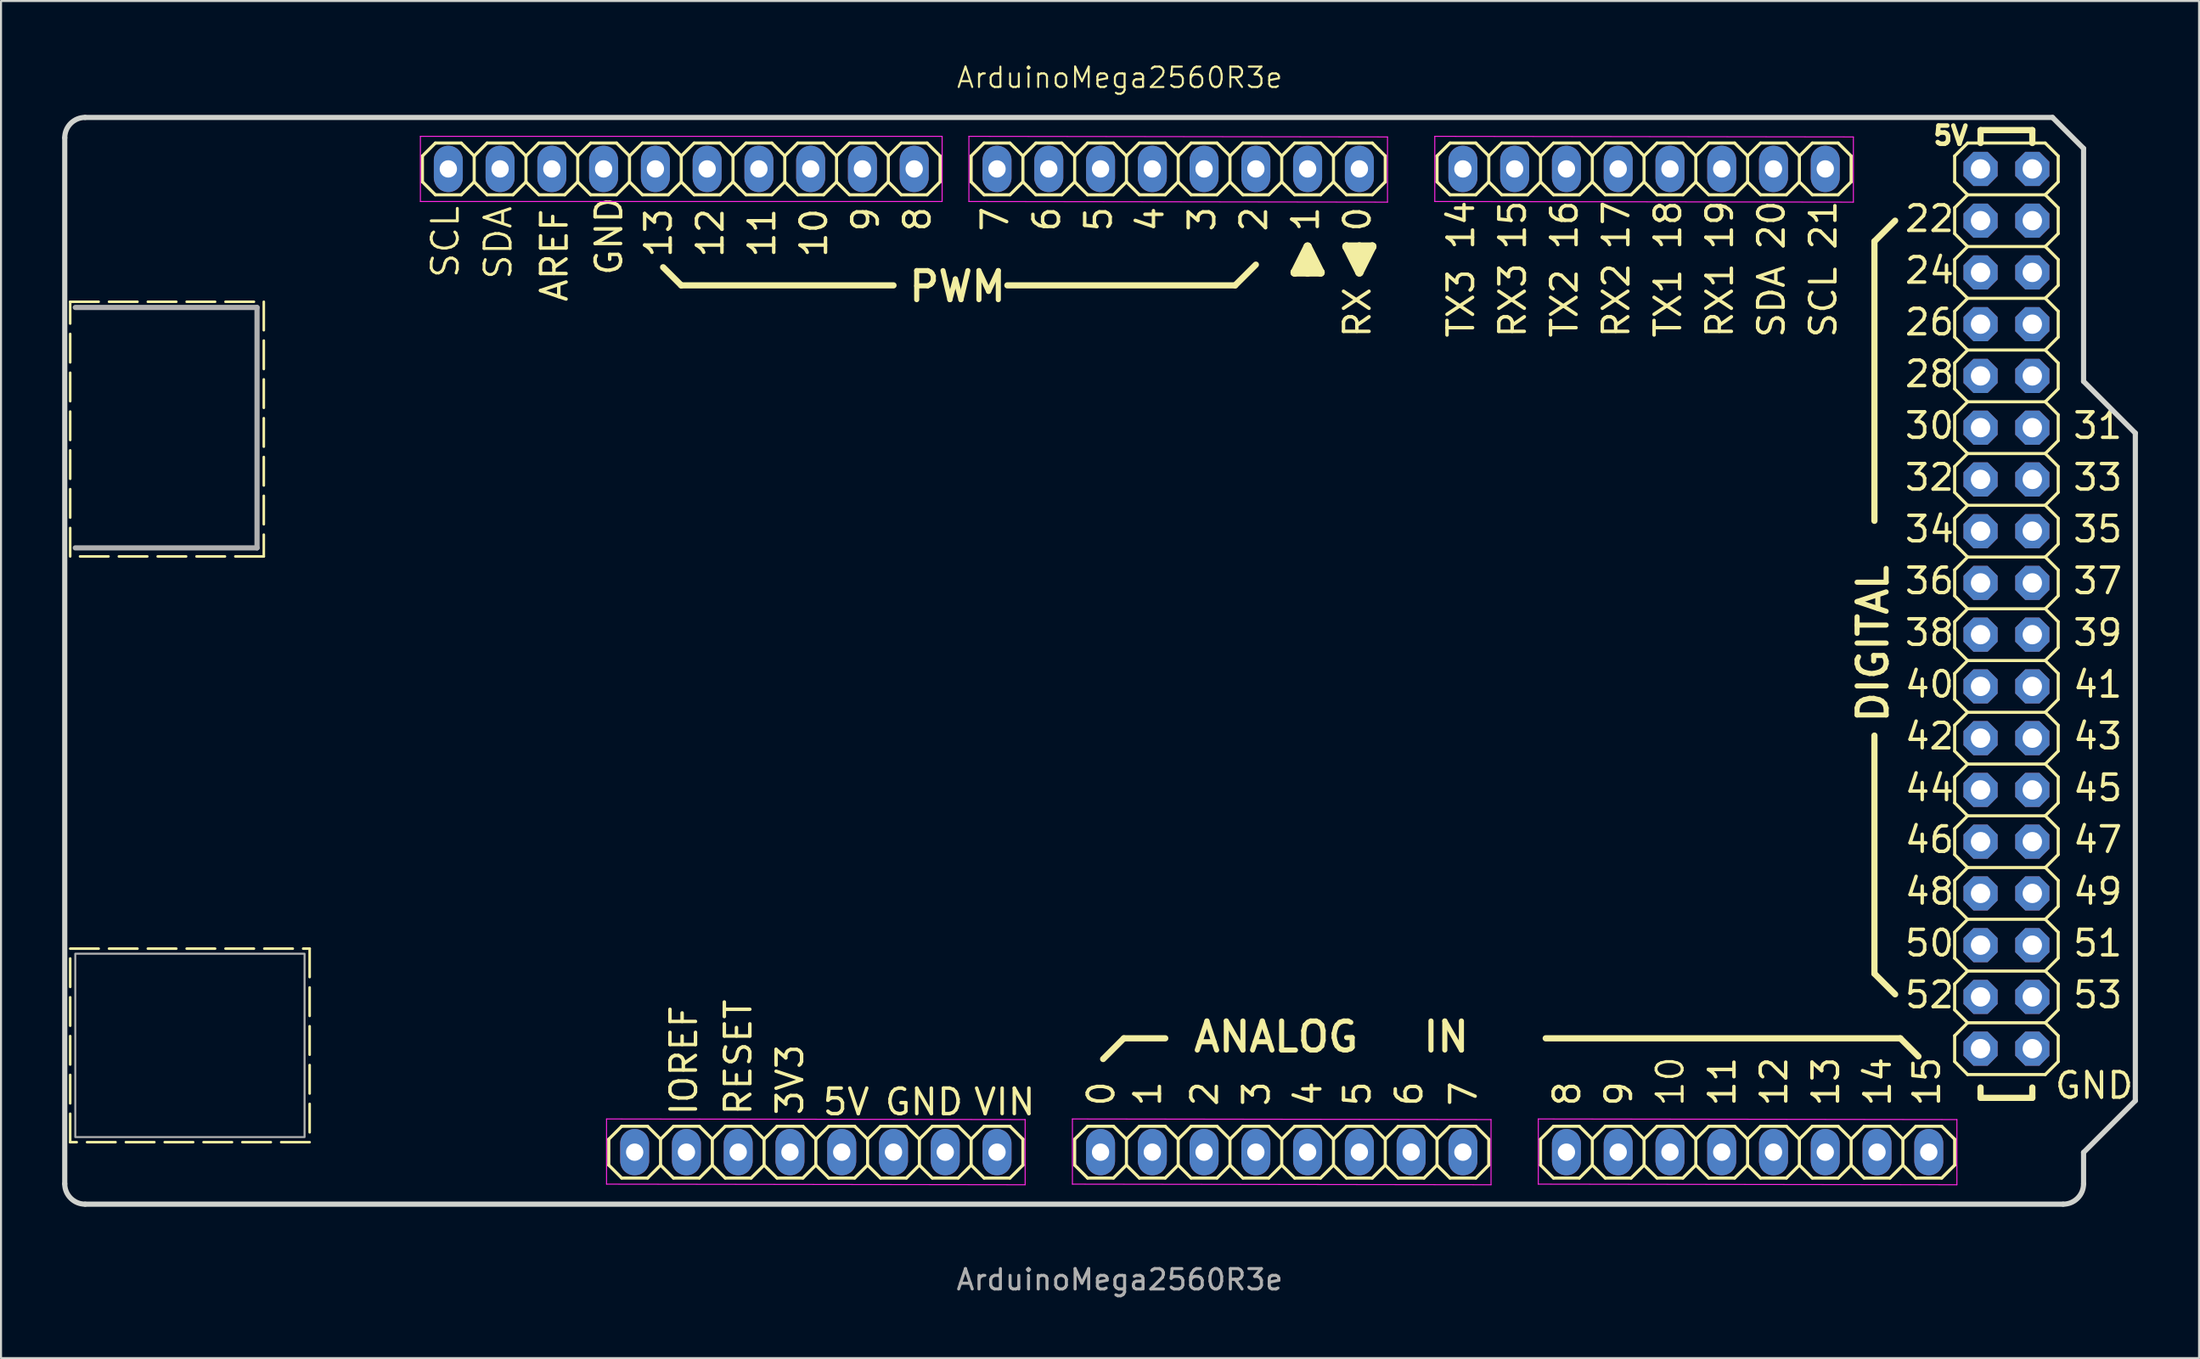
<source format=kicad_pcb>
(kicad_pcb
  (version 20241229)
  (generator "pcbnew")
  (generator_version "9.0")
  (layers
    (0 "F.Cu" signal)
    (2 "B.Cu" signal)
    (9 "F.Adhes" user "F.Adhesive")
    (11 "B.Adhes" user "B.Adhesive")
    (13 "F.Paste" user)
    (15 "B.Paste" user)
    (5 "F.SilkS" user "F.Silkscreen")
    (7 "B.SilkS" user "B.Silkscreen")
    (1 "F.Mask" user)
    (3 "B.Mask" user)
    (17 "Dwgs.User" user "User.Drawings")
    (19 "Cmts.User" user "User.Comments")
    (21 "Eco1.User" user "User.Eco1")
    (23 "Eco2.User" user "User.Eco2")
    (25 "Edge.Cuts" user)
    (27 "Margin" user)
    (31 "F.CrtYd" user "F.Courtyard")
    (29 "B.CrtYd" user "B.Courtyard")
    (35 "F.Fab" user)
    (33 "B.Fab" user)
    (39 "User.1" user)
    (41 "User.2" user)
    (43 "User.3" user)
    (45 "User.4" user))
  (footprint "ArduinoMega2560R3e"
    (layer "F.Cu")
    (at 51.894 29.761)
    (property "Reference" "ArduinoMega2560R3e" (at 0 -29 0) (unlocked yes) (layer "F.SilkS") (effects (font (size 1 1) (thickness 0.1))))
    (attr through_hole)
    (fp_line (start -34.216 -25.155) (end -34.216 -23.885) (stroke (width 0.152) (type solid)) (layer "F.SilkS"))
    (fp_line (start -34.216 -23.885) (end -33.581 -23.25) (stroke (width 0.152) (type solid)) (layer "F.SilkS"))
    (fp_line (start -33.581 -25.79) (end -34.216 -25.155) (stroke (width 0.152) (type solid)) (layer "F.SilkS"))
    (fp_line (start -33.581 -25.79) (end -32.311 -25.79) (stroke (width 0.152) (type solid)) (layer "F.SilkS"))
    (fp_line (start -32.311 -25.79) (end -31.676 -25.155) (stroke (width 0.152) (type solid)) (layer "F.SilkS"))
    (fp_line (start -32.311 -23.25) (end -33.581 -23.25) (stroke (width 0.152) (type solid)) (layer "F.SilkS"))
    (fp_line (start -31.676 -25.155) (end -31.676 -23.885) (stroke (width 0.152) (type solid)) (layer "F.SilkS"))
    (fp_line (start -31.676 -25.155) (end -31.041 -25.79) (stroke (width 0.152) (type solid)) (layer "F.SilkS"))
    (fp_line (start -31.676 -23.885) (end -32.311 -23.25) (stroke (width 0.152) (type solid)) (layer "F.SilkS"))
    (fp_line (start -31.041 -25.79) (end -29.771 -25.79) (stroke (width 0.152) (type solid)) (layer "F.SilkS"))
    (fp_line (start -31.041 -23.25) (end -31.676 -23.885) (stroke (width 0.152) (type solid)) (layer "F.SilkS"))
    (fp_line (start -29.771 -25.79) (end -29.136 -25.155) (stroke (width 0.152) (type solid)) (layer "F.SilkS"))
    (fp_line (start -29.771 -23.25) (end -31.041 -23.25) (stroke (width 0.152) (type solid)) (layer "F.SilkS"))
    (fp_line (start -29.136 -25.155) (end -29.136 -23.885) (stroke (width 0.152) (type solid)) (layer "F.SilkS"))
    (fp_line (start -29.136 -25.155) (end -28.501 -25.79) (stroke (width 0.152) (type solid)) (layer "F.SilkS"))
    (fp_line (start -29.136 -23.885) (end -29.771 -23.25) (stroke (width 0.152) (type solid)) (layer "F.SilkS"))
    (fp_line (start -28.501 -25.79) (end -27.231 -25.79) (stroke (width 0.152) (type solid)) (layer "F.SilkS"))
    (fp_line (start -28.501 -23.25) (end -29.136 -23.885) (stroke (width 0.152) (type solid)) (layer "F.SilkS"))
    (fp_line (start -27.231 -25.79) (end -26.596 -25.155) (stroke (width 0.152) (type solid)) (layer "F.SilkS"))
    (fp_line (start -27.231 -23.25) (end -28.501 -23.25) (stroke (width 0.152) (type solid)) (layer "F.SilkS"))
    (fp_line (start -26.596 -25.155) (end -26.596 -23.885) (stroke (width 0.152) (type solid)) (layer "F.SilkS"))
    (fp_line (start -26.596 -23.885) (end -27.231 -23.25) (stroke (width 0.152) (type solid)) (layer "F.SilkS"))
    (fp_line (start -26.596 -23.885) (end -25.961 -23.25) (stroke (width 0.152) (type solid)) (layer "F.SilkS"))
    (fp_line (start -25.961 -25.79) (end -26.596 -25.155) (stroke (width 0.152) (type solid)) (layer "F.SilkS"))
    (fp_line (start -25.961 -25.79) (end -24.691 -25.79) (stroke (width 0.152) (type solid)) (layer "F.SilkS"))
    (fp_line (start -25.072 23.105) (end -25.072 24.375) (stroke (width 0.152) (type solid)) (layer "F.SilkS"))
    (fp_line (start -25.072 24.375) (end -24.437 25.01) (stroke (width 0.152) (type solid)) (layer "F.SilkS"))
    (fp_line (start -24.691 -25.79) (end -24.056 -25.155) (stroke (width 0.152) (type solid)) (layer "F.SilkS"))
    (fp_line (start -24.691 -23.25) (end -25.961 -23.25) (stroke (width 0.152) (type solid)) (layer "F.SilkS"))
    (fp_line (start -24.437 22.47) (end -25.072 23.105) (stroke (width 0.152) (type solid)) (layer "F.SilkS"))
    (fp_line (start -24.437 22.47) (end -23.167 22.47) (stroke (width 0.152) (type solid)) (layer "F.SilkS"))
    (fp_line (start -24.056 -25.155) (end -24.056 -23.885) (stroke (width 0.152) (type solid)) (layer "F.SilkS"))
    (fp_line (start -24.056 -25.155) (end -23.421 -25.79) (stroke (width 0.152) (type solid)) (layer "F.SilkS"))
    (fp_line (start -24.056 -23.885) (end -24.691 -23.25) (stroke (width 0.152) (type solid)) (layer "F.SilkS"))
    (fp_line (start -23.421 -25.79) (end -22.151 -25.79) (stroke (width 0.152) (type solid)) (layer "F.SilkS"))
    (fp_line (start -23.421 -23.25) (end -24.056 -23.885) (stroke (width 0.152) (type solid)) (layer "F.SilkS"))
    (fp_line (start -23.167 22.47) (end -22.532 23.105) (stroke (width 0.152) (type solid)) (layer "F.SilkS"))
    (fp_line (start -23.167 25.01) (end -24.437 25.01) (stroke (width 0.152) (type solid)) (layer "F.SilkS"))
    (fp_line (start -22.532 23.105) (end -22.532 24.375) (stroke (width 0.152) (type solid)) (layer "F.SilkS"))
    (fp_line (start -22.532 23.105) (end -21.897 22.47) (stroke (width 0.152) (type solid)) (layer "F.SilkS"))
    (fp_line (start -22.532 24.375) (end -23.167 25.01) (stroke (width 0.152) (type solid)) (layer "F.SilkS"))
    (fp_line (start -22.151 -25.79) (end -21.516 -25.155) (stroke (width 0.152) (type solid)) (layer "F.SilkS"))
    (fp_line (start -22.151 -23.25) (end -23.421 -23.25) (stroke (width 0.152) (type solid)) (layer "F.SilkS"))
    (fp_line (start -21.897 22.47) (end -20.627 22.47) (stroke (width 0.152) (type solid)) (layer "F.SilkS"))
    (fp_line (start -21.897 25.01) (end -22.532 24.375) (stroke (width 0.152) (type solid)) (layer "F.SilkS"))
    (fp_line (start -21.516 -25.155) (end -21.516 -23.885) (stroke (width 0.152) (type solid)) (layer "F.SilkS"))
    (fp_line (start -21.516 -25.155) (end -20.881 -25.79) (stroke (width 0.152) (type solid)) (layer "F.SilkS"))
    (fp_line (start -21.516 -23.885) (end -22.151 -23.25) (stroke (width 0.152) (type solid)) (layer "F.SilkS"))
    (fp_line (start -21.516 -18.805) (end -22.405 -19.694) (stroke (width 0.305) (type solid)) (layer "F.SilkS"))
    (fp_line (start -20.881 -25.79) (end -19.611 -25.79) (stroke (width 0.152) (type solid)) (layer "F.SilkS"))
    (fp_line (start -20.881 -23.25) (end -21.516 -23.885) (stroke (width 0.152) (type solid)) (layer "F.SilkS"))
    (fp_line (start -20.627 22.47) (end -19.992 23.105) (stroke (width 0.152) (type solid)) (layer "F.SilkS"))
    (fp_line (start -20.627 25.01) (end -21.897 25.01) (stroke (width 0.152) (type solid)) (layer "F.SilkS"))
    (fp_line (start -19.992 23.105) (end -19.992 24.375) (stroke (width 0.152) (type solid)) (layer "F.SilkS"))
    (fp_line (start -19.992 23.105) (end -19.357 22.47) (stroke (width 0.152) (type solid)) (layer "F.SilkS"))
    (fp_line (start -19.992 24.375) (end -20.627 25.01) (stroke (width 0.152) (type solid)) (layer "F.SilkS"))
    (fp_line (start -19.611 -25.79) (end -18.976 -25.155) (stroke (width 0.152) (type solid)) (layer "F.SilkS"))
    (fp_line (start -19.611 -23.25) (end -20.881 -23.25) (stroke (width 0.152) (type solid)) (layer "F.SilkS"))
    (fp_line (start -19.357 22.47) (end -18.087 22.47) (stroke (width 0.152) (type solid)) (layer "F.SilkS"))
    (fp_line (start -19.357 25.01) (end -19.992 24.375) (stroke (width 0.152) (type solid)) (layer "F.SilkS"))
    (fp_line (start -18.976 -25.155) (end -18.976 -23.885) (stroke (width 0.152) (type solid)) (layer "F.SilkS"))
    (fp_line (start -18.976 -23.885) (end -19.611 -23.25) (stroke (width 0.152) (type solid)) (layer "F.SilkS"))
    (fp_line (start -18.976 -23.885) (end -18.341 -23.25) (stroke (width 0.152) (type solid)) (layer "F.SilkS"))
    (fp_line (start -18.341 -25.79) (end -18.976 -25.155) (stroke (width 0.152) (type solid)) (layer "F.SilkS"))
    (fp_line (start -18.341 -25.79) (end -17.071 -25.79) (stroke (width 0.152) (type solid)) (layer "F.SilkS"))
    (fp_line (start -18.087 22.47) (end -17.452 23.105) (stroke (width 0.152) (type solid)) (layer "F.SilkS"))
    (fp_line (start -18.087 25.01) (end -19.357 25.01) (stroke (width 0.152) (type solid)) (layer "F.SilkS"))
    (fp_line (start -17.452 23.105) (end -17.452 24.375) (stroke (width 0.152) (type solid)) (layer "F.SilkS"))
    (fp_line (start -17.452 24.375) (end -18.087 25.01) (stroke (width 0.152) (type solid)) (layer "F.SilkS"))
    (fp_line (start -17.452 24.375) (end -16.817 25.01) (stroke (width 0.152) (type solid)) (layer "F.SilkS"))
    (fp_line (start -17.071 -25.79) (end -16.436 -25.155) (stroke (width 0.152) (type solid)) (layer "F.SilkS"))
    (fp_line (start -17.071 -23.25) (end -18.341 -23.25) (stroke (width 0.152) (type solid)) (layer "F.SilkS"))
    (fp_line (start -16.817 22.47) (end -17.452 23.105) (stroke (width 0.152) (type solid)) (layer "F.SilkS"))
    (fp_line (start -16.817 22.47) (end -15.547 22.47) (stroke (width 0.152) (type solid)) (layer "F.SilkS"))
    (fp_line (start -16.436 -25.155) (end -16.436 -23.885) (stroke (width 0.152) (type solid)) (layer "F.SilkS"))
    (fp_line (start -16.436 -25.155) (end -15.801 -25.79) (stroke (width 0.152) (type solid)) (layer "F.SilkS"))
    (fp_line (start -16.436 -23.885) (end -17.071 -23.25) (stroke (width 0.152) (type solid)) (layer "F.SilkS"))
    (fp_line (start -15.801 -25.79) (end -14.531 -25.79) (stroke (width 0.152) (type solid)) (layer "F.SilkS"))
    (fp_line (start -15.801 -23.25) (end -16.436 -23.885) (stroke (width 0.152) (type solid)) (layer "F.SilkS"))
    (fp_line (start -15.547 22.47) (end -14.912 23.105) (stroke (width 0.152) (type solid)) (layer "F.SilkS"))
    (fp_line (start -15.547 25.01) (end -16.817 25.01) (stroke (width 0.152) (type solid)) (layer "F.SilkS"))
    (fp_line (start -14.912 23.105) (end -14.912 24.375) (stroke (width 0.152) (type solid)) (layer "F.SilkS"))
    (fp_line (start -14.912 23.105) (end -14.277 22.47) (stroke (width 0.152) (type solid)) (layer "F.SilkS"))
    (fp_line (start -14.912 24.375) (end -15.547 25.01) (stroke (width 0.152) (type solid)) (layer "F.SilkS"))
    (fp_line (start -14.531 -25.79) (end -13.896 -25.155) (stroke (width 0.152) (type solid)) (layer "F.SilkS"))
    (fp_line (start -14.531 -23.25) (end -15.801 -23.25) (stroke (width 0.152) (type solid)) (layer "F.SilkS"))
    (fp_line (start -14.277 22.47) (end -13.007 22.47) (stroke (width 0.152) (type solid)) (layer "F.SilkS"))
    (fp_line (start -14.277 25.01) (end -14.912 24.375) (stroke (width 0.152) (type solid)) (layer "F.SilkS"))
    (fp_line (start -13.896 -25.155) (end -13.896 -23.885) (stroke (width 0.152) (type solid)) (layer "F.SilkS"))
    (fp_line (start -13.896 -25.155) (end -13.261 -25.79) (stroke (width 0.152) (type solid)) (layer "F.SilkS"))
    (fp_line (start -13.896 -23.885) (end -14.531 -23.25) (stroke (width 0.152) (type solid)) (layer "F.SilkS"))
    (fp_line (start -13.261 -25.79) (end -11.991 -25.79) (stroke (width 0.152) (type solid)) (layer "F.SilkS"))
    (fp_line (start -13.261 -23.25) (end -13.896 -23.885) (stroke (width 0.152) (type solid)) (layer "F.SilkS"))
    (fp_line (start -13.007 22.47) (end -12.372 23.105) (stroke (width 0.152) (type solid)) (layer "F.SilkS"))
    (fp_line (start -13.007 25.01) (end -14.277 25.01) (stroke (width 0.152) (type solid)) (layer "F.SilkS"))
    (fp_line (start -12.372 23.105) (end -12.372 24.375) (stroke (width 0.152) (type solid)) (layer "F.SilkS"))
    (fp_line (start -12.372 23.105) (end -11.737 22.47) (stroke (width 0.152) (type solid)) (layer "F.SilkS"))
    (fp_line (start -12.372 24.375) (end -13.007 25.01) (stroke (width 0.152) (type solid)) (layer "F.SilkS"))
    (fp_line (start -11.991 -25.79) (end -11.356 -25.155) (stroke (width 0.152) (type solid)) (layer "F.SilkS"))
    (fp_line (start -11.991 -23.25) (end -13.261 -23.25) (stroke (width 0.152) (type solid)) (layer "F.SilkS"))
    (fp_line (start -11.737 22.47) (end -10.467 22.47) (stroke (width 0.152) (type solid)) (layer "F.SilkS"))
    (fp_line (start -11.737 25.01) (end -12.372 24.375) (stroke (width 0.152) (type solid)) (layer "F.SilkS"))
    (fp_line (start -11.356 -25.155) (end -11.356 -23.885) (stroke (width 0.152) (type solid)) (layer "F.SilkS"))
    (fp_line (start -11.356 -23.885) (end -11.991 -23.25) (stroke (width 0.152) (type solid)) (layer "F.SilkS"))
    (fp_line (start -11.356 -23.885) (end -10.721 -23.25) (stroke (width 0.152) (type solid)) (layer "F.SilkS"))
    (fp_line (start -11.102 -18.805) (end -21.516 -18.805) (stroke (width 0.305) (type solid)) (layer "F.SilkS"))
    (fp_line (start -10.721 -25.79) (end -11.356 -25.155) (stroke (width 0.152) (type solid)) (layer "F.SilkS"))
    (fp_line (start -10.721 -25.79) (end -9.451 -25.79) (stroke (width 0.152) (type solid)) (layer "F.SilkS"))
    (fp_line (start -10.467 22.47) (end -9.832 23.105) (stroke (width 0.152) (type solid)) (layer "F.SilkS"))
    (fp_line (start -10.467 25.01) (end -11.737 25.01) (stroke (width 0.152) (type solid)) (layer "F.SilkS"))
    (fp_line (start -9.832 23.105) (end -9.832 24.375) (stroke (width 0.152) (type solid)) (layer "F.SilkS"))
    (fp_line (start -9.832 24.375) (end -10.467 25.01) (stroke (width 0.152) (type solid)) (layer "F.SilkS"))
    (fp_line (start -9.832 24.375) (end -9.197 25.01) (stroke (width 0.152) (type solid)) (layer "F.SilkS"))
    (fp_line (start -9.451 -25.79) (end -8.816 -25.155) (stroke (width 0.152) (type solid)) (layer "F.SilkS"))
    (fp_line (start -9.451 -23.25) (end -10.721 -23.25) (stroke (width 0.152) (type solid)) (layer "F.SilkS"))
    (fp_line (start -9.197 22.47) (end -9.832 23.105) (stroke (width 0.152) (type solid)) (layer "F.SilkS"))
    (fp_line (start -9.197 22.47) (end -7.927 22.47) (stroke (width 0.152) (type solid)) (layer "F.SilkS"))
    (fp_line (start -8.816 -25.155) (end -8.816 -23.885) (stroke (width 0.152) (type solid)) (layer "F.SilkS"))
    (fp_line (start -8.816 -23.885) (end -9.451 -23.25) (stroke (width 0.152) (type solid)) (layer "F.SilkS"))
    (fp_line (start -7.927 22.47) (end -7.292 23.105) (stroke (width 0.152) (type solid)) (layer "F.SilkS"))
    (fp_line (start -7.927 25.01) (end -9.197 25.01) (stroke (width 0.152) (type solid)) (layer "F.SilkS"))
    (fp_line (start -7.292 -25.155) (end -6.657 -25.79) (stroke (width 0.152) (type solid)) (layer "F.SilkS"))
    (fp_line (start -7.292 -23.885) (end -7.292 -25.155) (stroke (width 0.152) (type solid)) (layer "F.SilkS"))
    (fp_line (start -7.292 23.105) (end -7.292 24.375) (stroke (width 0.152) (type solid)) (layer "F.SilkS"))
    (fp_line (start -7.292 24.375) (end -7.927 25.01) (stroke (width 0.152) (type solid)) (layer "F.SilkS"))
    (fp_line (start -7.292 24.375) (end -6.657 25.01) (stroke (width 0.152) (type solid)) (layer "F.SilkS"))
    (fp_line (start -6.657 -25.79) (end -5.387 -25.79) (stroke (width 0.152) (type solid)) (layer "F.SilkS"))
    (fp_line (start -6.657 -23.25) (end -7.292 -23.885) (stroke (width 0.152) (type solid)) (layer "F.SilkS"))
    (fp_line (start -6.657 22.47) (end -7.292 23.105) (stroke (width 0.152) (type solid)) (layer "F.SilkS"))
    (fp_line (start -6.657 22.47) (end -5.387 22.47) (stroke (width 0.152) (type solid)) (layer "F.SilkS"))
    (fp_line (start -5.514 -18.805) (end 5.662 -18.805) (stroke (width 0.305) (type solid)) (layer "F.SilkS"))
    (fp_line (start -5.387 -23.25) (end -6.657 -23.25) (stroke (width 0.152) (type solid)) (layer "F.SilkS"))
    (fp_line (start -5.387 -23.25) (end -4.752 -23.885) (stroke (width 0.152) (type solid)) (layer "F.SilkS"))
    (fp_line (start -5.387 22.47) (end -4.752 23.105) (stroke (width 0.152) (type solid)) (layer "F.SilkS"))
    (fp_line (start -5.387 25.01) (end -6.657 25.01) (stroke (width 0.152) (type solid)) (layer "F.SilkS"))
    (fp_line (start -4.752 -25.155) (end -5.387 -25.79) (stroke (width 0.152) (type solid)) (layer "F.SilkS"))
    (fp_line (start -4.752 -25.155) (end -4.117 -25.79) (stroke (width 0.152) (type solid)) (layer "F.SilkS"))
    (fp_line (start -4.752 -23.885) (end -4.752 -25.155) (stroke (width 0.152) (type solid)) (layer "F.SilkS"))
    (fp_line (start -4.752 23.105) (end -4.752 24.375) (stroke (width 0.152) (type solid)) (layer "F.SilkS"))
    (fp_line (start -4.752 24.375) (end -5.387 25.01) (stroke (width 0.152) (type solid)) (layer "F.SilkS"))
    (fp_line (start -4.117 -25.79) (end -2.847 -25.79) (stroke (width 0.152) (type solid)) (layer "F.SilkS"))
    (fp_line (start -4.117 -23.25) (end -4.752 -23.885) (stroke (width 0.152) (type solid)) (layer "F.SilkS"))
    (fp_line (start -2.847 -23.25) (end -4.117 -23.25) (stroke (width 0.152) (type solid)) (layer "F.SilkS"))
    (fp_line (start -2.847 -23.25) (end -2.212 -23.885) (stroke (width 0.152) (type solid)) (layer "F.SilkS"))
    (fp_line (start -2.212 -25.155) (end -2.847 -25.79) (stroke (width 0.152) (type solid)) (layer "F.SilkS"))
    (fp_line (start -2.212 -25.155) (end -1.577 -25.79) (stroke (width 0.152) (type solid)) (layer "F.SilkS"))
    (fp_line (start -2.212 -23.885) (end -2.212 -25.155) (stroke (width 0.152) (type solid)) (layer "F.SilkS"))
    (fp_line (start -2.212 23.105) (end -2.212 24.375) (stroke (width 0.152) (type solid)) (layer "F.SilkS"))
    (fp_line (start -2.212 24.375) (end -1.577 25.01) (stroke (width 0.152) (type solid)) (layer "F.SilkS"))
    (fp_line (start -1.577 -25.79) (end -0.307 -25.79) (stroke (width 0.152) (type solid)) (layer "F.SilkS"))
    (fp_line (start -1.577 -23.25) (end -2.212 -23.885) (stroke (width 0.152) (type solid)) (layer "F.SilkS"))
    (fp_line (start -1.577 22.47) (end -2.212 23.105) (stroke (width 0.152) (type solid)) (layer "F.SilkS"))
    (fp_line (start -1.577 22.47) (end -0.307 22.47) (stroke (width 0.152) (type solid)) (layer "F.SilkS"))
    (fp_line (start -0.307 -25.79) (end 0.328 -25.155) (stroke (width 0.152) (type solid)) (layer "F.SilkS"))
    (fp_line (start -0.307 -23.25) (end -1.577 -23.25) (stroke (width 0.152) (type solid)) (layer "F.SilkS"))
    (fp_line (start -0.307 22.47) (end 0.328 23.105) (stroke (width 0.152) (type solid)) (layer "F.SilkS"))
    (fp_line (start -0.307 25.01) (end -1.577 25.01) (stroke (width 0.152) (type solid)) (layer "F.SilkS"))
    (fp_line (start 0.201 18.152) (end -0.815 19.168) (stroke (width 0.305) (type solid)) (layer "F.SilkS"))
    (fp_line (start 0.328 -25.155) (end 0.963 -25.79) (stroke (width 0.152) (type solid)) (layer "F.SilkS"))
    (fp_line (start 0.328 -23.885) (end -0.307 -23.25) (stroke (width 0.152) (type solid)) (layer "F.SilkS"))
    (fp_line (start 0.328 -23.885) (end 0.328 -25.155) (stroke (width 0.152) (type solid)) (layer "F.SilkS"))
    (fp_line (start 0.328 23.105) (end 0.328 24.375) (stroke (width 0.152) (type solid)) (layer "F.SilkS"))
    (fp_line (start 0.328 23.105) (end 0.963 22.47) (stroke (width 0.152) (type solid)) (layer "F.SilkS"))
    (fp_line (start 0.328 24.375) (end -0.307 25.01) (stroke (width 0.152) (type solid)) (layer "F.SilkS"))
    (fp_line (start 0.963 -25.79) (end 2.233 -25.79) (stroke (width 0.152) (type solid)) (layer "F.SilkS"))
    (fp_line (start 0.963 -23.25) (end 0.328 -23.885) (stroke (width 0.152) (type solid)) (layer "F.SilkS"))
    (fp_line (start 0.963 22.47) (end 2.233 22.47) (stroke (width 0.152) (type solid)) (layer "F.SilkS"))
    (fp_line (start 0.963 25.01) (end 0.328 24.375) (stroke (width 0.152) (type solid)) (layer "F.SilkS"))
    (fp_line (start 2.233 -25.79) (end 2.868 -25.155) (stroke (width 0.152) (type solid)) (layer "F.SilkS"))
    (fp_line (start 2.233 -23.25) (end 0.963 -23.25) (stroke (width 0.152) (type solid)) (layer "F.SilkS"))
    (fp_line (start 2.233 18.152) (end 0.201 18.152) (stroke (width 0.305) (type solid)) (layer "F.SilkS"))
    (fp_line (start 2.233 22.47) (end 2.868 23.105) (stroke (width 0.152) (type solid)) (layer "F.SilkS"))
    (fp_line (start 2.233 25.01) (end 0.963 25.01) (stroke (width 0.152) (type solid)) (layer "F.SilkS"))
    (fp_line (start 2.868 -25.155) (end 3.503 -25.79) (stroke (width 0.152) (type solid)) (layer "F.SilkS"))
    (fp_line (start 2.868 -23.885) (end 2.233 -23.25) (stroke (width 0.152) (type solid)) (layer "F.SilkS"))
    (fp_line (start 2.868 -23.885) (end 2.868 -25.155) (stroke (width 0.152) (type solid)) (layer "F.SilkS"))
    (fp_line (start 2.868 23.105) (end 2.868 24.375) (stroke (width 0.152) (type solid)) (layer "F.SilkS"))
    (fp_line (start 2.868 23.105) (end 3.503 22.47) (stroke (width 0.152) (type solid)) (layer "F.SilkS"))
    (fp_line (start 2.868 24.375) (end 2.233 25.01) (stroke (width 0.152) (type solid)) (layer "F.SilkS"))
    (fp_line (start 3.503 -25.79) (end 4.773 -25.79) (stroke (width 0.152) (type solid)) (layer "F.SilkS"))
    (fp_line (start 3.503 -23.25) (end 2.868 -23.885) (stroke (width 0.152) (type solid)) (layer "F.SilkS"))
    (fp_line (start 3.503 22.47) (end 4.773 22.47) (stroke (width 0.152) (type solid)) (layer "F.SilkS"))
    (fp_line (start 3.503 25.01) (end 2.868 24.375) (stroke (width 0.152) (type solid)) (layer "F.SilkS"))
    (fp_line (start 4.773 -23.25) (end 3.503 -23.25) (stroke (width 0.152) (type solid)) (layer "F.SilkS"))
    (fp_line (start 4.773 -23.25) (end 5.408 -23.885) (stroke (width 0.152) (type solid)) (layer "F.SilkS"))
    (fp_line (start 4.773 22.47) (end 5.408 23.105) (stroke (width 0.152) (type solid)) (layer "F.SilkS"))
    (fp_line (start 4.773 25.01) (end 3.503 25.01) (stroke (width 0.152) (type solid)) (layer "F.SilkS"))
    (fp_line (start 5.408 -25.155) (end 4.773 -25.79) (stroke (width 0.152) (type solid)) (layer "F.SilkS"))
    (fp_line (start 5.408 -25.155) (end 6.043 -25.79) (stroke (width 0.152) (type solid)) (layer "F.SilkS"))
    (fp_line (start 5.408 -23.885) (end 5.408 -25.155) (stroke (width 0.152) (type solid)) (layer "F.SilkS"))
    (fp_line (start 5.408 23.105) (end 5.408 24.375) (stroke (width 0.152) (type solid)) (layer "F.SilkS"))
    (fp_line (start 5.408 24.375) (end 4.773 25.01) (stroke (width 0.152) (type solid)) (layer "F.SilkS"))
    (fp_line (start 5.408 24.375) (end 6.043 25.01) (stroke (width 0.152) (type solid)) (layer "F.SilkS"))
    (fp_line (start 5.662 -18.805) (end 6.678 -19.821) (stroke (width 0.305) (type solid)) (layer "F.SilkS"))
    (fp_line (start 6.043 -25.79) (end 7.313 -25.79) (stroke (width 0.152) (type solid)) (layer "F.SilkS"))
    (fp_line (start 6.043 -23.25) (end 5.408 -23.885) (stroke (width 0.152) (type solid)) (layer "F.SilkS"))
    (fp_line (start 6.043 22.47) (end 5.408 23.105) (stroke (width 0.152) (type solid)) (layer "F.SilkS"))
    (fp_line (start 6.043 22.47) (end 7.313 22.47) (stroke (width 0.152) (type solid)) (layer "F.SilkS"))
    (fp_line (start 7.313 -25.79) (end 7.948 -25.155) (stroke (width 0.152) (type solid)) (layer "F.SilkS"))
    (fp_line (start 7.313 -23.25) (end 6.043 -23.25) (stroke (width 0.152) (type solid)) (layer "F.SilkS"))
    (fp_line (start 7.313 22.47) (end 7.948 23.105) (stroke (width 0.152) (type solid)) (layer "F.SilkS"))
    (fp_line (start 7.313 25.01) (end 6.043 25.01) (stroke (width 0.152) (type solid)) (layer "F.SilkS"))
    (fp_line (start 7.948 -25.155) (end 8.583 -25.79) (stroke (width 0.152) (type solid)) (layer "F.SilkS"))
    (fp_line (start 7.948 -23.885) (end 7.313 -23.25) (stroke (width 0.152) (type solid)) (layer "F.SilkS"))
    (fp_line (start 7.948 -23.885) (end 7.948 -25.155) (stroke (width 0.152) (type solid)) (layer "F.SilkS"))
    (fp_line (start 7.948 23.105) (end 7.948 24.375) (stroke (width 0.152) (type solid)) (layer "F.SilkS"))
    (fp_line (start 7.948 23.105) (end 8.583 22.47) (stroke (width 0.152) (type solid)) (layer "F.SilkS"))
    (fp_line (start 7.948 24.375) (end 7.313 25.01) (stroke (width 0.152) (type solid)) (layer "F.SilkS"))
    (fp_line (start 8.583 -25.79) (end 9.853 -25.79) (stroke (width 0.152) (type solid)) (layer "F.SilkS"))
    (fp_line (start 8.583 -23.25) (end 7.948 -23.885) (stroke (width 0.152) (type solid)) (layer "F.SilkS"))
    (fp_line (start 8.583 -19.44) (end 9.218 -20.71) (stroke (width 0.406) (type solid)) (layer "F.SilkS"))
    (fp_line (start 8.583 -19.44) (end 9.218 -20.075) (stroke (width 0.406) (type solid)) (layer "F.SilkS"))
    (fp_line (start 8.583 22.47) (end 9.853 22.47) (stroke (width 0.152) (type solid)) (layer "F.SilkS"))
    (fp_line (start 8.583 25.01) (end 7.948 24.375) (stroke (width 0.152) (type solid)) (layer "F.SilkS"))
    (fp_line (start 9.218 -20.71) (end 9.853 -19.44) (stroke (width 0.406) (type solid)) (layer "F.SilkS"))
    (fp_line (start 9.218 -20.075) (end 9.218 -19.44) (stroke (width 0.406) (type solid)) (layer "F.SilkS"))
    (fp_line (start 9.218 -19.44) (end 8.583 -19.44) (stroke (width 0.406) (type solid)) (layer "F.SilkS"))
    (fp_line (start 9.218 -19.44) (end 9.853 -19.44) (stroke (width 0.406) (type solid)) (layer "F.SilkS"))
    (fp_line (start 9.853 -25.79) (end 10.488 -25.155) (stroke (width 0.152) (type solid)) (layer "F.SilkS"))
    (fp_line (start 9.853 -23.25) (end 8.583 -23.25) (stroke (width 0.152) (type solid)) (layer "F.SilkS"))
    (fp_line (start 9.853 -19.44) (end 9.218 -20.075) (stroke (width 0.406) (type solid)) (layer "F.SilkS"))
    (fp_line (start 9.853 22.47) (end 10.488 23.105) (stroke (width 0.152) (type solid)) (layer "F.SilkS"))
    (fp_line (start 9.853 25.01) (end 8.583 25.01) (stroke (width 0.152) (type solid)) (layer "F.SilkS"))
    (fp_line (start 10.488 -25.155) (end 11.123 -25.79) (stroke (width 0.152) (type solid)) (layer "F.SilkS"))
    (fp_line (start 10.488 -23.885) (end 9.853 -23.25) (stroke (width 0.152) (type solid)) (layer "F.SilkS"))
    (fp_line (start 10.488 -23.885) (end 10.488 -25.155) (stroke (width 0.152) (type solid)) (layer "F.SilkS"))
    (fp_line (start 10.488 23.105) (end 10.488 24.375) (stroke (width 0.152) (type solid)) (layer "F.SilkS"))
    (fp_line (start 10.488 23.105) (end 11.123 22.47) (stroke (width 0.152) (type solid)) (layer "F.SilkS"))
    (fp_line (start 10.488 24.375) (end 9.853 25.01) (stroke (width 0.152) (type solid)) (layer "F.SilkS"))
    (fp_line (start 11.123 -25.79) (end 12.393 -25.79) (stroke (width 0.152) (type solid)) (layer "F.SilkS"))
    (fp_line (start 11.123 -23.25) (end 10.488 -23.885) (stroke (width 0.152) (type solid)) (layer "F.SilkS"))
    (fp_line (start 11.123 -20.71) (end 11.758 -20.71) (stroke (width 0.406) (type solid)) (layer "F.SilkS"))
    (fp_line (start 11.123 -20.71) (end 11.758 -20.075) (stroke (width 0.406) (type solid)) (layer "F.SilkS"))
    (fp_line (start 11.123 22.47) (end 12.393 22.47) (stroke (width 0.152) (type solid)) (layer "F.SilkS"))
    (fp_line (start 11.123 25.01) (end 10.488 24.375) (stroke (width 0.152) (type solid)) (layer "F.SilkS"))
    (fp_line (start 11.758 -20.71) (end 11.758 -20.075) (stroke (width 0.406) (type solid)) (layer "F.SilkS"))
    (fp_line (start 11.758 -20.075) (end 12.393 -20.71) (stroke (width 0.406) (type solid)) (layer "F.SilkS"))
    (fp_line (start 11.758 -19.44) (end 11.123 -20.71) (stroke (width 0.406) (type solid)) (layer "F.SilkS"))
    (fp_line (start 12.393 -23.25) (end 11.123 -23.25) (stroke (width 0.152) (type solid)) (layer "F.SilkS"))
    (fp_line (start 12.393 -23.25) (end 13.028 -23.885) (stroke (width 0.152) (type solid)) (layer "F.SilkS"))
    (fp_line (start 12.393 -20.71) (end 11.758 -20.71) (stroke (width 0.406) (type solid)) (layer "F.SilkS"))
    (fp_line (start 12.393 -20.71) (end 11.758 -19.44) (stroke (width 0.406) (type solid)) (layer "F.SilkS"))
    (fp_line (start 12.393 22.47) (end 13.028 23.105) (stroke (width 0.152) (type solid)) (layer "F.SilkS"))
    (fp_line (start 12.393 25.01) (end 11.123 25.01) (stroke (width 0.152) (type solid)) (layer "F.SilkS"))
    (fp_line (start 13.028 -25.155) (end 12.393 -25.79) (stroke (width 0.152) (type solid)) (layer "F.SilkS"))
    (fp_line (start 13.028 -23.885) (end 13.028 -25.155) (stroke (width 0.152) (type solid)) (layer "F.SilkS"))
    (fp_line (start 13.028 23.105) (end 13.028 24.375) (stroke (width 0.152) (type solid)) (layer "F.SilkS"))
    (fp_line (start 13.028 24.375) (end 12.393 25.01) (stroke (width 0.152) (type solid)) (layer "F.SilkS"))
    (fp_line (start 13.028 24.375) (end 13.663 25.01) (stroke (width 0.152) (type solid)) (layer "F.SilkS"))
    (fp_line (start 13.663 22.47) (end 13.028 23.105) (stroke (width 0.152) (type solid)) (layer "F.SilkS"))
    (fp_line (start 13.663 22.47) (end 14.933 22.47) (stroke (width 0.152) (type solid)) (layer "F.SilkS"))
    (fp_line (start 14.933 22.47) (end 15.568 23.105) (stroke (width 0.152) (type solid)) (layer "F.SilkS"))
    (fp_line (start 14.933 25.01) (end 13.663 25.01) (stroke (width 0.152) (type solid)) (layer "F.SilkS"))
    (fp_line (start 15.568 -25.155) (end 16.203 -25.79) (stroke (width 0.152) (type solid)) (layer "F.SilkS"))
    (fp_line (start 15.568 -23.885) (end 15.568 -25.155) (stroke (width 0.152) (type solid)) (layer "F.SilkS"))
    (fp_line (start 15.568 23.105) (end 15.568 24.375) (stroke (width 0.152) (type solid)) (layer "F.SilkS"))
    (fp_line (start 15.568 24.375) (end 14.933 25.01) (stroke (width 0.152) (type solid)) (layer "F.SilkS"))
    (fp_line (start 15.568 24.375) (end 16.203 25.01) (stroke (width 0.152) (type solid)) (layer "F.SilkS"))
    (fp_line (start 16.203 -25.79) (end 17.473 -25.79) (stroke (width 0.152) (type solid)) (layer "F.SilkS"))
    (fp_line (start 16.203 -23.25) (end 15.568 -23.885) (stroke (width 0.152) (type solid)) (layer "F.SilkS"))
    (fp_line (start 16.203 22.47) (end 15.568 23.105) (stroke (width 0.152) (type solid)) (layer "F.SilkS"))
    (fp_line (start 16.203 22.47) (end 17.473 22.47) (stroke (width 0.152) (type solid)) (layer "F.SilkS"))
    (fp_line (start 17.473 -23.25) (end 16.203 -23.25) (stroke (width 0.152) (type solid)) (layer "F.SilkS"))
    (fp_line (start 17.473 -23.25) (end 18.108 -23.885) (stroke (width 0.152) (type solid)) (layer "F.SilkS"))
    (fp_line (start 17.473 22.47) (end 18.108 23.105) (stroke (width 0.152) (type solid)) (layer "F.SilkS"))
    (fp_line (start 17.473 25.01) (end 16.203 25.01) (stroke (width 0.152) (type solid)) (layer "F.SilkS"))
    (fp_line (start 18.108 -25.155) (end 17.473 -25.79) (stroke (width 0.152) (type solid)) (layer "F.SilkS"))
    (fp_line (start 18.108 -25.155) (end 18.743 -25.79) (stroke (width 0.152) (type solid)) (layer "F.SilkS"))
    (fp_line (start 18.108 -23.885) (end 18.108 -25.155) (stroke (width 0.152) (type solid)) (layer "F.SilkS"))
    (fp_line (start 18.108 23.105) (end 18.108 24.375) (stroke (width 0.152) (type solid)) (layer "F.SilkS"))
    (fp_line (start 18.108 24.375) (end 17.473 25.01) (stroke (width 0.152) (type solid)) (layer "F.SilkS"))
    (fp_line (start 18.743 -25.79) (end 20.013 -25.79) (stroke (width 0.152) (type solid)) (layer "F.SilkS"))
    (fp_line (start 18.743 -23.25) (end 18.108 -23.885) (stroke (width 0.152) (type solid)) (layer "F.SilkS"))
    (fp_line (start 20.013 -23.25) (end 18.743 -23.25) (stroke (width 0.152) (type solid)) (layer "F.SilkS"))
    (fp_line (start 20.013 -23.25) (end 20.648 -23.885) (stroke (width 0.152) (type solid)) (layer "F.SilkS"))
    (fp_line (start 20.648 -25.155) (end 20.013 -25.79) (stroke (width 0.152) (type solid)) (layer "F.SilkS"))
    (fp_line (start 20.648 -25.155) (end 21.283 -25.79) (stroke (width 0.152) (type solid)) (layer "F.SilkS"))
    (fp_line (start 20.648 -23.885) (end 20.648 -25.155) (stroke (width 0.152) (type solid)) (layer "F.SilkS"))
    (fp_line (start 20.648 23.105) (end 20.648 24.375) (stroke (width 0.152) (type solid)) (layer "F.SilkS"))
    (fp_line (start 20.648 24.375) (end 21.283 25.01) (stroke (width 0.152) (type solid)) (layer "F.SilkS"))
    (fp_line (start 20.902 18.152) (end 38.301 18.152) (stroke (width 0.305) (type solid)) (layer "F.SilkS"))
    (fp_line (start 21.283 -25.79) (end 22.553 -25.79) (stroke (width 0.152) (type solid)) (layer "F.SilkS"))
    (fp_line (start 21.283 -23.25) (end 20.648 -23.885) (stroke (width 0.152) (type solid)) (layer "F.SilkS"))
    (fp_line (start 21.283 22.47) (end 20.648 23.105) (stroke (width 0.152) (type solid)) (layer "F.SilkS"))
    (fp_line (start 21.283 22.47) (end 22.553 22.47) (stroke (width 0.152) (type solid)) (layer "F.SilkS"))
    (fp_line (start 22.553 -25.79) (end 23.188 -25.155) (stroke (width 0.152) (type solid)) (layer "F.SilkS"))
    (fp_line (start 22.553 -23.25) (end 21.283 -23.25) (stroke (width 0.152) (type solid)) (layer "F.SilkS"))
    (fp_line (start 22.553 22.47) (end 23.188 23.105) (stroke (width 0.152) (type solid)) (layer "F.SilkS"))
    (fp_line (start 22.553 25.01) (end 21.283 25.01) (stroke (width 0.152) (type solid)) (layer "F.SilkS"))
    (fp_line (start 23.188 -25.155) (end 23.823 -25.79) (stroke (width 0.152) (type solid)) (layer "F.SilkS"))
    (fp_line (start 23.188 -23.885) (end 22.553 -23.25) (stroke (width 0.152) (type solid)) (layer "F.SilkS"))
    (fp_line (start 23.188 -23.885) (end 23.188 -25.155) (stroke (width 0.152) (type solid)) (layer "F.SilkS"))
    (fp_line (start 23.188 23.105) (end 23.188 24.375) (stroke (width 0.152) (type solid)) (layer "F.SilkS"))
    (fp_line (start 23.188 23.105) (end 23.823 22.47) (stroke (width 0.152) (type solid)) (layer "F.SilkS"))
    (fp_line (start 23.188 24.375) (end 22.553 25.01) (stroke (width 0.152) (type solid)) (layer "F.SilkS"))
    (fp_line (start 23.823 -25.79) (end 25.093 -25.79) (stroke (width 0.152) (type solid)) (layer "F.SilkS"))
    (fp_line (start 23.823 -23.25) (end 23.188 -23.885) (stroke (width 0.152) (type solid)) (layer "F.SilkS"))
    (fp_line (start 23.823 22.47) (end 25.093 22.47) (stroke (width 0.152) (type solid)) (layer "F.SilkS"))
    (fp_line (start 23.823 25.01) (end 23.188 24.375) (stroke (width 0.152) (type solid)) (layer "F.SilkS"))
    (fp_line (start 25.093 -25.79) (end 25.728 -25.155) (stroke (width 0.152) (type solid)) (layer "F.SilkS"))
    (fp_line (start 25.093 -23.25) (end 23.823 -23.25) (stroke (width 0.152) (type solid)) (layer "F.SilkS"))
    (fp_line (start 25.093 22.47) (end 25.728 23.105) (stroke (width 0.152) (type solid)) (layer "F.SilkS"))
    (fp_line (start 25.093 25.01) (end 23.823 25.01) (stroke (width 0.152) (type solid)) (layer "F.SilkS"))
    (fp_line (start 25.728 -25.155) (end 26.363 -25.79) (stroke (width 0.152) (type solid)) (layer "F.SilkS"))
    (fp_line (start 25.728 -23.885) (end 25.093 -23.25) (stroke (width 0.152) (type solid)) (layer "F.SilkS"))
    (fp_line (start 25.728 -23.885) (end 25.728 -25.155) (stroke (width 0.152) (type solid)) (layer "F.SilkS"))
    (fp_line (start 25.728 23.105) (end 25.728 24.375) (stroke (width 0.152) (type solid)) (layer "F.SilkS"))
    (fp_line (start 25.728 23.105) (end 26.363 22.47) (stroke (width 0.152) (type solid)) (layer "F.SilkS"))
    (fp_line (start 25.728 24.375) (end 25.093 25.01) (stroke (width 0.152) (type solid)) (layer "F.SilkS"))
    (fp_line (start 26.363 -25.79) (end 27.633 -25.79) (stroke (width 0.152) (type solid)) (layer "F.SilkS"))
    (fp_line (start 26.363 -23.25) (end 25.728 -23.885) (stroke (width 0.152) (type solid)) (layer "F.SilkS"))
    (fp_line (start 26.363 22.47) (end 27.633 22.47) (stroke (width 0.152) (type solid)) (layer "F.SilkS"))
    (fp_line (start 26.363 25.01) (end 25.728 24.375) (stroke (width 0.152) (type solid)) (layer "F.SilkS"))
    (fp_line (start 27.633 -23.25) (end 26.363 -23.25) (stroke (width 0.152) (type solid)) (layer "F.SilkS"))
    (fp_line (start 27.633 -23.25) (end 28.268 -23.885) (stroke (width 0.152) (type solid)) (layer "F.SilkS"))
    (fp_line (start 27.633 22.47) (end 28.268 23.105) (stroke (width 0.152) (type solid)) (layer "F.SilkS"))
    (fp_line (start 27.633 25.01) (end 26.363 25.01) (stroke (width 0.152) (type solid)) (layer "F.SilkS"))
    (fp_line (start 28.268 -25.155) (end 27.633 -25.79) (stroke (width 0.152) (type solid)) (layer "F.SilkS"))
    (fp_line (start 28.268 -25.155) (end 28.903 -25.79) (stroke (width 0.152) (type solid)) (layer "F.SilkS"))
    (fp_line (start 28.268 -23.885) (end 28.268 -25.155) (stroke (width 0.152) (type solid)) (layer "F.SilkS"))
    (fp_line (start 28.268 23.105) (end 28.268 24.375) (stroke (width 0.152) (type solid)) (layer "F.SilkS"))
    (fp_line (start 28.268 24.375) (end 27.633 25.01) (stroke (width 0.152) (type solid)) (layer "F.SilkS"))
    (fp_line (start 28.268 24.375) (end 28.903 25.01) (stroke (width 0.152) (type solid)) (layer "F.SilkS"))
    (fp_line (start 28.903 -25.79) (end 30.173 -25.79) (stroke (width 0.152) (type solid)) (layer "F.SilkS"))
    (fp_line (start 28.903 -23.25) (end 28.268 -23.885) (stroke (width 0.152) (type solid)) (layer "F.SilkS"))
    (fp_line (start 28.903 22.47) (end 28.268 23.105) (stroke (width 0.152) (type solid)) (layer "F.SilkS"))
    (fp_line (start 28.903 22.47) (end 30.173 22.47) (stroke (width 0.152) (type solid)) (layer "F.SilkS"))
    (fp_line (start 30.173 -25.79) (end 30.808 -25.155) (stroke (width 0.152) (type solid)) (layer "F.SilkS"))
    (fp_line (start 30.173 -23.25) (end 28.903 -23.25) (stroke (width 0.152) (type solid)) (layer "F.SilkS"))
    (fp_line (start 30.173 22.47) (end 30.808 23.105) (stroke (width 0.152) (type solid)) (layer "F.SilkS"))
    (fp_line (start 30.173 25.01) (end 28.903 25.01) (stroke (width 0.152) (type solid)) (layer "F.SilkS"))
    (fp_line (start 30.808 -25.155) (end 31.443 -25.79) (stroke (width 0.152) (type solid)) (layer "F.SilkS"))
    (fp_line (start 30.808 -23.885) (end 30.173 -23.25) (stroke (width 0.152) (type solid)) (layer "F.SilkS"))
    (fp_line (start 30.808 -23.885) (end 30.808 -25.155) (stroke (width 0.152) (type solid)) (layer "F.SilkS"))
    (fp_line (start 30.808 23.105) (end 30.808 24.375) (stroke (width 0.152) (type solid)) (layer "F.SilkS"))
    (fp_line (start 30.808 23.105) (end 31.443 22.47) (stroke (width 0.152) (type solid)) (layer "F.SilkS"))
    (fp_line (start 30.808 24.375) (end 30.173 25.01) (stroke (width 0.152) (type solid)) (layer "F.SilkS"))
    (fp_line (start 31.443 -25.79) (end 32.713 -25.79) (stroke (width 0.152) (type solid)) (layer "F.SilkS"))
    (fp_line (start 31.443 -23.25) (end 30.808 -23.885) (stroke (width 0.152) (type solid)) (layer "F.SilkS"))
    (fp_line (start 31.443 22.47) (end 32.713 22.47) (stroke (width 0.152) (type solid)) (layer "F.SilkS"))
    (fp_line (start 31.443 25.01) (end 30.808 24.375) (stroke (width 0.152) (type solid)) (layer "F.SilkS"))
    (fp_line (start 32.713 -25.79) (end 33.348 -25.155) (stroke (width 0.152) (type solid)) (layer "F.SilkS"))
    (fp_line (start 32.713 -23.25) (end 31.443 -23.25) (stroke (width 0.152) (type solid)) (layer "F.SilkS"))
    (fp_line (start 32.713 22.47) (end 33.348 23.105) (stroke (width 0.152) (type solid)) (layer "F.SilkS"))
    (fp_line (start 32.713 25.01) (end 31.443 25.01) (stroke (width 0.152) (type solid)) (layer "F.SilkS"))
    (fp_line (start 33.348 -25.155) (end 33.983 -25.79) (stroke (width 0.152) (type solid)) (layer "F.SilkS"))
    (fp_line (start 33.348 -23.885) (end 32.713 -23.25) (stroke (width 0.152) (type solid)) (layer "F.SilkS"))
    (fp_line (start 33.348 -23.885) (end 33.348 -25.155) (stroke (width 0.152) (type solid)) (layer "F.SilkS"))
    (fp_line (start 33.348 23.105) (end 33.348 24.375) (stroke (width 0.152) (type solid)) (layer "F.SilkS"))
    (fp_line (start 33.348 23.105) (end 33.983 22.47) (stroke (width 0.152) (type solid)) (layer "F.SilkS"))
    (fp_line (start 33.348 24.375) (end 32.713 25.01) (stroke (width 0.152) (type solid)) (layer "F.SilkS"))
    (fp_line (start 33.983 -25.79) (end 35.253 -25.79) (stroke (width 0.152) (type solid)) (layer "F.SilkS"))
    (fp_line (start 33.983 -23.25) (end 33.348 -23.885) (stroke (width 0.152) (type solid)) (layer "F.SilkS"))
    (fp_line (start 33.983 22.47) (end 35.253 22.47) (stroke (width 0.152) (type solid)) (layer "F.SilkS"))
    (fp_line (start 33.983 25.01) (end 33.348 24.375) (stroke (width 0.152) (type solid)) (layer "F.SilkS"))
    (fp_line (start 35.253 -23.25) (end 33.983 -23.25) (stroke (width 0.152) (type solid)) (layer "F.SilkS"))
    (fp_line (start 35.253 -23.25) (end 35.888 -23.885) (stroke (width 0.152) (type solid)) (layer "F.SilkS"))
    (fp_line (start 35.253 22.47) (end 35.888 23.105) (stroke (width 0.152) (type solid)) (layer "F.SilkS"))
    (fp_line (start 35.253 25.01) (end 33.983 25.01) (stroke (width 0.152) (type solid)) (layer "F.SilkS"))
    (fp_line (start 35.888 -25.155) (end 35.253 -25.79) (stroke (width 0.152) (type solid)) (layer "F.SilkS"))
    (fp_line (start 35.888 -23.885) (end 35.888 -25.155) (stroke (width 0.152) (type solid)) (layer "F.SilkS"))
    (fp_line (start 35.888 23.105) (end 35.888 24.375) (stroke (width 0.152) (type solid)) (layer "F.SilkS"))
    (fp_line (start 35.888 24.375) (end 35.253 25.01) (stroke (width 0.152) (type solid)) (layer "F.SilkS"))
    (fp_line (start 35.888 24.375) (end 36.523 25.01) (stroke (width 0.152) (type solid)) (layer "F.SilkS"))
    (fp_line (start 36.523 22.47) (end 35.888 23.105) (stroke (width 0.152) (type solid)) (layer "F.SilkS"))
    (fp_line (start 36.523 22.47) (end 37.793 22.47) (stroke (width 0.152) (type solid)) (layer "F.SilkS"))
    (fp_line (start 37.031 -20.964) (end 38.047 -21.98) (stroke (width 0.305) (type solid)) (layer "F.SilkS"))
    (fp_line (start 37.031 -7.248) (end 37.031 -20.964) (stroke (width 0.305) (type solid)) (layer "F.SilkS"))
    (fp_line (start 37.031 3.293) (end 37.031 14.977) (stroke (width 0.305) (type solid)) (layer "F.SilkS"))
    (fp_line (start 37.031 14.977) (end 38.047 15.993) (stroke (width 0.305) (type solid)) (layer "F.SilkS"))
    (fp_line (start 37.793 22.47) (end 38.428 23.105) (stroke (width 0.152) (type solid)) (layer "F.SilkS"))
    (fp_line (start 37.793 25.01) (end 36.523 25.01) (stroke (width 0.152) (type solid)) (layer "F.SilkS"))
    (fp_line (start 38.301 18.152) (end 39.19 19.041) (stroke (width 0.305) (type solid)) (layer "F.SilkS"))
    (fp_line (start 38.428 23.105) (end 38.428 24.375) (stroke (width 0.152) (type solid)) (layer "F.SilkS"))
    (fp_line (start 38.428 24.375) (end 37.793 25.01) (stroke (width 0.152) (type solid)) (layer "F.SilkS"))
    (fp_line (start 38.428 24.375) (end 39.063 25.01) (stroke (width 0.152) (type solid)) (layer "F.SilkS"))
    (fp_line (start 39.063 22.47) (end 38.428 23.105) (stroke (width 0.152) (type solid)) (layer "F.SilkS"))
    (fp_line (start 39.063 22.47) (end 40.333 22.47) (stroke (width 0.152) (type solid)) (layer "F.SilkS"))
    (fp_line (start 40.333 22.47) (end 40.968 23.105) (stroke (width 0.152) (type solid)) (layer "F.SilkS"))
    (fp_line (start 40.333 25.01) (end 39.063 25.01) (stroke (width 0.152) (type solid)) (layer "F.SilkS"))
    (fp_line (start 40.968 -25.155) (end 40.968 -23.885) (stroke (width 0.152) (type solid)) (layer "F.SilkS"))
    (fp_line (start 40.968 -23.885) (end 41.603 -23.25) (stroke (width 0.152) (type solid)) (layer "F.SilkS"))
    (fp_line (start 40.968 -22.615) (end 40.968 -21.345) (stroke (width 0.152) (type solid)) (layer "F.SilkS"))
    (fp_line (start 40.968 -21.345) (end 41.603 -20.71) (stroke (width 0.152) (type solid)) (layer "F.SilkS"))
    (fp_line (start 40.968 -20.075) (end 40.968 -18.805) (stroke (width 0.152) (type solid)) (layer "F.SilkS"))
    (fp_line (start 40.968 -18.805) (end 41.603 -18.17) (stroke (width 0.152) (type solid)) (layer "F.SilkS"))
    (fp_line (start 40.968 -17.535) (end 40.968 -16.265) (stroke (width 0.152) (type solid)) (layer "F.SilkS"))
    (fp_line (start 40.968 -16.265) (end 41.603 -15.63) (stroke (width 0.152) (type solid)) (layer "F.SilkS"))
    (fp_line (start 40.968 -14.995) (end 40.968 -13.725) (stroke (width 0.152) (type solid)) (layer "F.SilkS"))
    (fp_line (start 40.968 -13.725) (end 41.603 -13.09) (stroke (width 0.152) (type solid)) (layer "F.SilkS"))
    (fp_line (start 40.968 -12.455) (end 40.968 -11.185) (stroke (width 0.152) (type solid)) (layer "F.SilkS"))
    (fp_line (start 40.968 -11.185) (end 41.603 -10.55) (stroke (width 0.152) (type solid)) (layer "F.SilkS"))
    (fp_line (start 40.968 -8.645) (end 40.968 -9.915) (stroke (width 0.152) (type solid)) (layer "F.SilkS"))
    (fp_line (start 40.968 -6.105) (end 40.968 -7.375) (stroke (width 0.152) (type solid)) (layer "F.SilkS"))
    (fp_line (start 40.968 -3.565) (end 40.968 -4.835) (stroke (width 0.152) (type solid)) (layer "F.SilkS"))
    (fp_line (start 40.968 -1.025) (end 40.968 -2.295) (stroke (width 0.152) (type solid)) (layer "F.SilkS"))
    (fp_line (start 40.968 1.515) (end 40.968 0.245) (stroke (width 0.152) (type solid)) (layer "F.SilkS"))
    (fp_line (start 40.968 4.055) (end 40.968 2.785) (stroke (width 0.152) (type solid)) (layer "F.SilkS"))
    (fp_line (start 40.968 6.595) (end 40.968 5.325) (stroke (width 0.152) (type solid)) (layer "F.SilkS"))
    (fp_line (start 40.968 9.135) (end 40.968 7.865) (stroke (width 0.152) (type solid)) (layer "F.SilkS"))
    (fp_line (start 40.968 10.405) (end 40.968 11.675) (stroke (width 0.152) (type solid)) (layer "F.SilkS"))
    (fp_line (start 40.968 10.405) (end 41.603 9.77) (stroke (width 0.152) (type solid)) (layer "F.SilkS"))
    (fp_line (start 40.968 12.945) (end 40.968 14.215) (stroke (width 0.152) (type solid)) (layer "F.SilkS"))
    (fp_line (start 40.968 12.945) (end 41.603 12.31) (stroke (width 0.152) (type solid)) (layer "F.SilkS"))
    (fp_line (start 40.968 16.755) (end 40.968 15.485) (stroke (width 0.152) (type solid)) (layer "F.SilkS"))
    (fp_line (start 40.968 19.295) (end 40.968 18.025) (stroke (width 0.152) (type solid)) (layer "F.SilkS"))
    (fp_line (start 40.968 23.105) (end 40.968 24.375) (stroke (width 0.152) (type solid)) (layer "F.SilkS"))
    (fp_line (start 40.968 24.375) (end 40.333 25.01) (stroke (width 0.152) (type solid)) (layer "F.SilkS"))
    (fp_line (start 41.603 -25.79) (end 40.968 -25.155) (stroke (width 0.152) (type solid)) (layer "F.SilkS"))
    (fp_line (start 41.603 -25.79) (end 45.413 -25.79) (stroke (width 0.152) (type solid)) (layer "F.SilkS"))
    (fp_line (start 41.603 -23.25) (end 40.968 -22.615) (stroke (width 0.152) (type solid)) (layer "F.SilkS"))
    (fp_line (start 41.603 -20.71) (end 40.968 -20.075) (stroke (width 0.152) (type solid)) (layer "F.SilkS"))
    (fp_line (start 41.603 -18.17) (end 40.968 -17.535) (stroke (width 0.152) (type solid)) (layer "F.SilkS"))
    (fp_line (start 41.603 -15.63) (end 40.968 -14.995) (stroke (width 0.152) (type solid)) (layer "F.SilkS"))
    (fp_line (start 41.603 -13.09) (end 40.968 -12.455) (stroke (width 0.152) (type solid)) (layer "F.SilkS"))
    (fp_line (start 41.603 -10.55) (end 40.968 -9.915) (stroke (width 0.152) (type solid)) (layer "F.SilkS"))
    (fp_line (start 41.603 -8.01) (end 40.968 -8.645) (stroke (width 0.152) (type solid)) (layer "F.SilkS"))
    (fp_line (start 41.603 -8.01) (end 40.968 -7.375) (stroke (width 0.152) (type solid)) (layer "F.SilkS"))
    (fp_line (start 41.603 -5.47) (end 40.968 -6.105) (stroke (width 0.152) (type solid)) (layer "F.SilkS"))
    (fp_line (start 41.603 -5.47) (end 40.968 -4.835) (stroke (width 0.152) (type solid)) (layer "F.SilkS"))
    (fp_line (start 41.603 -2.93) (end 40.968 -3.565) (stroke (width 0.152) (type solid)) (layer "F.SilkS"))
    (fp_line (start 41.603 -2.93) (end 40.968 -2.295) (stroke (width 0.152) (type solid)) (layer "F.SilkS"))
    (fp_line (start 41.603 -0.39) (end 40.968 -1.025) (stroke (width 0.152) (type solid)) (layer "F.SilkS"))
    (fp_line (start 41.603 -0.39) (end 40.968 0.245) (stroke (width 0.152) (type solid)) (layer "F.SilkS"))
    (fp_line (start 41.603 2.15) (end 40.968 1.515) (stroke (width 0.152) (type solid)) (layer "F.SilkS"))
    (fp_line (start 41.603 2.15) (end 40.968 2.785) (stroke (width 0.152) (type solid)) (layer "F.SilkS"))
    (fp_line (start 41.603 4.69) (end 40.968 4.055) (stroke (width 0.152) (type solid)) (layer "F.SilkS"))
    (fp_line (start 41.603 4.69) (end 40.968 5.325) (stroke (width 0.152) (type solid)) (layer "F.SilkS"))
    (fp_line (start 41.603 7.23) (end 40.968 6.595) (stroke (width 0.152) (type solid)) (layer "F.SilkS"))
    (fp_line (start 41.603 7.23) (end 40.968 7.865) (stroke (width 0.152) (type solid)) (layer "F.SilkS"))
    (fp_line (start 41.603 9.77) (end 40.968 9.135) (stroke (width 0.152) (type solid)) (layer "F.SilkS"))
    (fp_line (start 41.603 12.31) (end 40.968 11.675) (stroke (width 0.152) (type solid)) (layer "F.SilkS"))
    (fp_line (start 41.603 14.85) (end 40.968 14.215) (stroke (width 0.152) (type solid)) (layer "F.SilkS"))
    (fp_line (start 41.603 14.85) (end 40.968 15.485) (stroke (width 0.152) (type solid)) (layer "F.SilkS"))
    (fp_line (start 41.603 17.39) (end 40.968 16.755) (stroke (width 0.152) (type solid)) (layer "F.SilkS"))
    (fp_line (start 41.603 17.39) (end 40.968 18.025) (stroke (width 0.152) (type solid)) (layer "F.SilkS"))
    (fp_line (start 41.603 19.93) (end 40.968 19.295) (stroke (width 0.152) (type solid)) (layer "F.SilkS"))
    (fp_line (start 42.238 -26.425) (end 44.778 -26.425) (stroke (width 0.305) (type solid)) (layer "F.SilkS"))
    (fp_line (start 42.238 -25.79) (end 42.238 -26.425) (stroke (width 0.305) (type solid)) (layer "F.SilkS"))
    (fp_line (start 42.238 20.565) (end 42.238 21.073) (stroke (width 0.305) (type solid)) (layer "F.SilkS"))
    (fp_line (start 42.238 21.073) (end 44.778 21.073) (stroke (width 0.305) (type solid)) (layer "F.SilkS"))
    (fp_line (start 44.778 -26.425) (end 44.778 -25.79) (stroke (width 0.305) (type solid)) (layer "F.SilkS"))
    (fp_line (start 44.778 21.073) (end 44.778 20.565) (stroke (width 0.305) (type solid)) (layer "F.SilkS"))
    (fp_line (start 45.413 -25.79) (end 46.048 -25.155) (stroke (width 0.152) (type solid)) (layer "F.SilkS"))
    (fp_line (start 45.413 -23.25) (end 41.603 -23.25) (stroke (width 0.152) (type solid)) (layer "F.SilkS"))
    (fp_line (start 45.413 -23.25) (end 46.048 -22.615) (stroke (width 0.152) (type solid)) (layer "F.SilkS"))
    (fp_line (start 45.413 -20.71) (end 41.603 -20.71) (stroke (width 0.152) (type solid)) (layer "F.SilkS"))
    (fp_line (start 45.413 -20.71) (end 46.048 -20.075) (stroke (width 0.152) (type solid)) (layer "F.SilkS"))
    (fp_line (start 45.413 -18.17) (end 41.603 -18.17) (stroke (width 0.152) (type solid)) (layer "F.SilkS"))
    (fp_line (start 45.413 -18.17) (end 46.048 -17.535) (stroke (width 0.152) (type solid)) (layer "F.SilkS"))
    (fp_line (start 45.413 -15.63) (end 41.603 -15.63) (stroke (width 0.152) (type solid)) (layer "F.SilkS"))
    (fp_line (start 45.413 -15.63) (end 46.048 -14.995) (stroke (width 0.152) (type solid)) (layer "F.SilkS"))
    (fp_line (start 45.413 -13.09) (end 41.603 -13.09) (stroke (width 0.152) (type solid)) (layer "F.SilkS"))
    (fp_line (start 45.413 -13.09) (end 46.048 -12.455) (stroke (width 0.152) (type solid)) (layer "F.SilkS"))
    (fp_line (start 45.413 -10.55) (end 41.603 -10.55) (stroke (width 0.152) (type solid)) (layer "F.SilkS"))
    (fp_line (start 45.413 -10.55) (end 46.048 -9.915) (stroke (width 0.152) (type solid)) (layer "F.SilkS"))
    (fp_line (start 45.413 -8.01) (end 41.603 -8.01) (stroke (width 0.152) (type solid)) (layer "F.SilkS"))
    (fp_line (start 45.413 -8.01) (end 46.048 -7.375) (stroke (width 0.152) (type solid)) (layer "F.SilkS"))
    (fp_line (start 45.413 -5.47) (end 41.603 -5.47) (stroke (width 0.152) (type solid)) (layer "F.SilkS"))
    (fp_line (start 45.413 -5.47) (end 46.048 -4.835) (stroke (width 0.152) (type solid)) (layer "F.SilkS"))
    (fp_line (start 45.413 -2.93) (end 41.603 -2.93) (stroke (width 0.152) (type solid)) (layer "F.SilkS"))
    (fp_line (start 45.413 -2.93) (end 46.048 -2.295) (stroke (width 0.152) (type solid)) (layer "F.SilkS"))
    (fp_line (start 45.413 -0.39) (end 41.603 -0.39) (stroke (width 0.152) (type solid)) (layer "F.SilkS"))
    (fp_line (start 45.413 -0.39) (end 46.048 0.245) (stroke (width 0.152) (type solid)) (layer "F.SilkS"))
    (fp_line (start 45.413 2.15) (end 41.603 2.15) (stroke (width 0.152) (type solid)) (layer "F.SilkS"))
    (fp_line (start 45.413 2.15) (end 46.048 2.785) (stroke (width 0.152) (type solid)) (layer "F.SilkS"))
    (fp_line (start 45.413 4.69) (end 41.603 4.69) (stroke (width 0.152) (type solid)) (layer "F.SilkS"))
    (fp_line (start 45.413 4.69) (end 46.048 4.055) (stroke (width 0.152) (type solid)) (layer "F.SilkS"))
    (fp_line (start 45.413 4.69) (end 46.048 5.325) (stroke (width 0.152) (type solid)) (layer "F.SilkS"))
    (fp_line (start 45.413 7.23) (end 41.603 7.23) (stroke (width 0.152) (type solid)) (layer "F.SilkS"))
    (fp_line (start 45.413 7.23) (end 46.048 7.865) (stroke (width 0.152) (type solid)) (layer "F.SilkS"))
    (fp_line (start 45.413 9.77) (end 41.603 9.77) (stroke (width 0.152) (type solid)) (layer "F.SilkS"))
    (fp_line (start 45.413 9.77) (end 46.048 10.405) (stroke (width 0.152) (type solid)) (layer "F.SilkS"))
    (fp_line (start 45.413 12.31) (end 41.603 12.31) (stroke (width 0.152) (type solid)) (layer "F.SilkS"))
    (fp_line (start 45.413 12.31) (end 46.048 12.945) (stroke (width 0.152) (type solid)) (layer "F.SilkS"))
    (fp_line (start 45.413 14.85) (end 41.603 14.85) (stroke (width 0.152) (type solid)) (layer "F.SilkS"))
    (fp_line (start 45.413 14.85) (end 46.048 15.485) (stroke (width 0.152) (type solid)) (layer "F.SilkS"))
    (fp_line (start 45.413 17.39) (end 41.603 17.39) (stroke (width 0.152) (type solid)) (layer "F.SilkS"))
    (fp_line (start 45.413 17.39) (end 46.048 18.025) (stroke (width 0.152) (type solid)) (layer "F.SilkS"))
    (fp_line (start 45.413 19.93) (end 41.603 19.93) (stroke (width 0.152) (type solid)) (layer "F.SilkS"))
    (fp_line (start 46.048 -25.155) (end 46.048 -23.885) (stroke (width 0.152) (type solid)) (layer "F.SilkS"))
    (fp_line (start 46.048 -23.885) (end 45.413 -23.25) (stroke (width 0.152) (type solid)) (layer "F.SilkS"))
    (fp_line (start 46.048 -22.615) (end 46.048 -21.345) (stroke (width 0.152) (type solid)) (layer "F.SilkS"))
    (fp_line (start 46.048 -21.345) (end 45.413 -20.71) (stroke (width 0.152) (type solid)) (layer "F.SilkS"))
    (fp_line (start 46.048 -20.075) (end 46.048 -18.805) (stroke (width 0.152) (type solid)) (layer "F.SilkS"))
    (fp_line (start 46.048 -18.805) (end 45.413 -18.17) (stroke (width 0.152) (type solid)) (layer "F.SilkS"))
    (fp_line (start 46.048 -17.535) (end 46.048 -16.265) (stroke (width 0.152) (type solid)) (layer "F.SilkS"))
    (fp_line (start 46.048 -16.265) (end 45.413 -15.63) (stroke (width 0.152) (type solid)) (layer "F.SilkS"))
    (fp_line (start 46.048 -14.995) (end 46.048 -13.725) (stroke (width 0.152) (type solid)) (layer "F.SilkS"))
    (fp_line (start 46.048 -13.725) (end 45.413 -13.09) (stroke (width 0.152) (type solid)) (layer "F.SilkS"))
    (fp_line (start 46.048 -12.455) (end 46.048 -11.185) (stroke (width 0.152) (type solid)) (layer "F.SilkS"))
    (fp_line (start 46.048 -11.185) (end 45.413 -10.55) (stroke (width 0.152) (type solid)) (layer "F.SilkS"))
    (fp_line (start 46.048 -9.915) (end 46.048 -8.645) (stroke (width 0.152) (type solid)) (layer "F.SilkS"))
    (fp_line (start 46.048 -8.645) (end 45.413 -8.01) (stroke (width 0.152) (type solid)) (layer "F.SilkS"))
    (fp_line (start 46.048 -7.375) (end 46.048 -6.105) (stroke (width 0.152) (type solid)) (layer "F.SilkS"))
    (fp_line (start 46.048 -6.105) (end 45.413 -5.47) (stroke (width 0.152) (type solid)) (layer "F.SilkS"))
    (fp_line (start 46.048 -4.835) (end 46.048 -3.565) (stroke (width 0.152) (type solid)) (layer "F.SilkS"))
    (fp_line (start 46.048 -3.565) (end 45.413 -2.93) (stroke (width 0.152) (type solid)) (layer "F.SilkS"))
    (fp_line (start 46.048 -2.295) (end 46.048 -1.025) (stroke (width 0.152) (type solid)) (layer "F.SilkS"))
    (fp_line (start 46.048 -1.025) (end 45.413 -0.39) (stroke (width 0.152) (type solid)) (layer "F.SilkS"))
    (fp_line (start 46.048 0.245) (end 46.048 1.515) (stroke (width 0.152) (type solid)) (layer "F.SilkS"))
    (fp_line (start 46.048 1.515) (end 45.413 2.15) (stroke (width 0.152) (type solid)) (layer "F.SilkS"))
    (fp_line (start 46.048 2.785) (end 46.048 4.055) (stroke (width 0.152) (type solid)) (layer "F.SilkS"))
    (fp_line (start 46.048 6.595) (end 45.413 7.23) (stroke (width 0.152) (type solid)) (layer "F.SilkS"))
    (fp_line (start 46.048 6.595) (end 46.048 5.325) (stroke (width 0.152) (type solid)) (layer "F.SilkS"))
    (fp_line (start 46.048 9.135) (end 45.413 9.77) (stroke (width 0.152) (type solid)) (layer "F.SilkS"))
    (fp_line (start 46.048 9.135) (end 46.048 7.865) (stroke (width 0.152) (type solid)) (layer "F.SilkS"))
    (fp_line (start 46.048 11.675) (end 45.413 12.31) (stroke (width 0.152) (type solid)) (layer "F.SilkS"))
    (fp_line (start 46.048 11.675) (end 46.048 10.405) (stroke (width 0.152) (type solid)) (layer "F.SilkS"))
    (fp_line (start 46.048 14.215) (end 45.413 14.85) (stroke (width 0.152) (type solid)) (layer "F.SilkS"))
    (fp_line (start 46.048 14.215) (end 46.048 12.945) (stroke (width 0.152) (type solid)) (layer "F.SilkS"))
    (fp_line (start 46.048 16.755) (end 45.413 17.39) (stroke (width 0.152) (type solid)) (layer "F.SilkS"))
    (fp_line (start 46.048 16.755) (end 46.048 15.485) (stroke (width 0.152) (type solid)) (layer "F.SilkS"))
    (fp_line (start 46.048 19.295) (end 45.413 19.93) (stroke (width 0.152) (type solid)) (layer "F.SilkS"))
    (fp_line (start 46.048 19.295) (end 46.048 18.025) (stroke (width 0.152) (type solid)) (layer "F.SilkS"))
    (fp_rect (start -51.5 -18) (end -42 -5.5) (stroke (width 0.127) (type dash)) (fill no) (layer "F.SilkS"))
    (fp_rect (start -51.5 13.75) (end -39.75 23.25) (stroke (width 0.127) (type dash)) (fill no) (layer "F.SilkS"))
    (fp_line (start -51.767 25.293) (end -51.767 -26.047) (stroke (width 0.254) (type solid)) (layer "Edge.Cuts"))
    (fp_line (start -50.767 -27.047) (end 45.769 -27.047) (stroke (width 0.254) (type solid)) (layer "Edge.Cuts"))
    (fp_line (start 45.769 -27.047) (end 47.293 -25.523) (stroke (width 0.254) (type solid)) (layer "Edge.Cuts"))
    (fp_line (start 46.293 26.293) (end -50.767 26.293) (stroke (width 0.254) (type solid)) (layer "Edge.Cuts"))
    (fp_line (start 47.293 -25.523) (end 47.293 -14.093) (stroke (width 0.254) (type solid)) (layer "Edge.Cuts"))
    (fp_line (start 47.293 -14.093) (end 49.833 -11.553) (stroke (width 0.254) (type solid)) (layer "Edge.Cuts"))
    (fp_line (start 47.293 23.753) (end 47.293 25.293) (stroke (width 0.254) (type solid)) (layer "Edge.Cuts"))
    (fp_line (start 49.833 -11.553) (end 49.833 21.213) (stroke (width 0.254) (type solid)) (layer "Edge.Cuts"))
    (fp_line (start 49.833 21.213) (end 47.293 23.753) (stroke (width 0.254) (type solid)) (layer "Edge.Cuts"))
    (fp_arc (start -51.767107 -26.047107) (mid -51.474214 -26.754214) (end -50.767107 -27.047107) (stroke (width 0.254) (type solid)) (layer "Edge.Cuts"))
    (fp_arc (start -50.767107 26.292893) (mid -51.474214 26) (end -51.767107 25.292893) (stroke (width 0.254) (type solid)) (layer "Edge.Cuts"))
    (fp_arc (start 47.292893 25.292893) (mid 47 26) (end 46.292893 26.292893) (stroke (width 0.254) (type solid)) (layer "Edge.Cuts"))
    (fp_line (start -34.316 -26.12) (end -8.716 -26.12) (stroke (width 0.05) (type solid)) (layer "F.CrtYd"))
    (fp_line (start -34.316 -22.92) (end -34.316 -26.12) (stroke (width 0.05) (type solid)) (layer "F.CrtYd"))
    (fp_line (start -25.182 22.11) (end -4.642 22.14) (stroke (width 0.05) (type solid)) (layer "F.CrtYd"))
    (fp_line (start -25.182 25.31) (end -25.182 22.11) (stroke (width 0.05) (type solid)) (layer "F.CrtYd"))
    (fp_line (start -8.716 -26.12) (end -8.716 -22.92) (stroke (width 0.05) (type solid)) (layer "F.CrtYd"))
    (fp_line (start -8.716 -22.92) (end -34.316 -22.92) (stroke (width 0.05) (type solid)) (layer "F.CrtYd"))
    (fp_line (start -7.402 -26.12) (end 13.138 -26.09) (stroke (width 0.05) (type solid)) (layer "F.CrtYd"))
    (fp_line (start -7.402 -22.92) (end -7.402 -26.12) (stroke (width 0.05) (type solid)) (layer "F.CrtYd"))
    (fp_line (start -4.642 22.14) (end -4.642 25.34) (stroke (width 0.05) (type solid)) (layer "F.CrtYd"))
    (fp_line (start -4.642 25.34) (end -25.182 25.31) (stroke (width 0.05) (type solid)) (layer "F.CrtYd"))
    (fp_line (start -2.322 22.11) (end 18.218 22.14) (stroke (width 0.05) (type solid)) (layer "F.CrtYd"))
    (fp_line (start -2.322 25.31) (end -2.322 22.11) (stroke (width 0.05) (type solid)) (layer "F.CrtYd"))
    (fp_line (start 13.138 -26.09) (end 13.138 -22.89) (stroke (width 0.05) (type solid)) (layer "F.CrtYd"))
    (fp_line (start 13.138 -22.89) (end -7.402 -22.92) (stroke (width 0.05) (type solid)) (layer "F.CrtYd"))
    (fp_line (start 15.458 -26.12) (end 35.998 -26.09) (stroke (width 0.05) (type solid)) (layer "F.CrtYd"))
    (fp_line (start 15.458 -22.92) (end 15.458 -26.12) (stroke (width 0.05) (type solid)) (layer "F.CrtYd"))
    (fp_line (start 18.218 22.14) (end 18.218 25.34) (stroke (width 0.05) (type solid)) (layer "F.CrtYd"))
    (fp_line (start 18.218 25.34) (end -2.322 25.31) (stroke (width 0.05) (type solid)) (layer "F.CrtYd"))
    (fp_line (start 20.538 22.11) (end 41.078 22.14) (stroke (width 0.05) (type solid)) (layer "F.CrtYd"))
    (fp_line (start 20.538 25.31) (end 20.538 22.11) (stroke (width 0.05) (type solid)) (layer "F.CrtYd"))
    (fp_line (start 35.998 -26.09) (end 35.998 -22.89) (stroke (width 0.05) (type solid)) (layer "F.CrtYd"))
    (fp_line (start 35.998 -22.89) (end 15.458 -22.92) (stroke (width 0.05) (type solid)) (layer "F.CrtYd"))
    (fp_line (start 41.078 22.14) (end 41.078 25.34) (stroke (width 0.05) (type solid)) (layer "F.CrtYd"))
    (fp_line (start 41.078 25.34) (end 20.538 25.31) (stroke (width 0.05) (type solid)) (layer "F.CrtYd"))
    (fp_line (start -51.25 -5.92) (end -42.332 -5.92) (stroke (width 0.254) (type solid)) (layer "F.Fab"))
    (fp_line (start -42.332 -17.72) (end -51.25 -17.72) (stroke (width 0.254) (type solid)) (layer "F.Fab"))
    (fp_line (start -42.332 -5.92) (end -42.332 -17.72) (stroke (width 0.254) (type solid)) (layer "F.Fab"))
    (fp_rect (start -51.25 14) (end -40 23) (stroke (width 0.1) (type default)) (fill no) (layer "F.Fab"))
    (fp_text user "RX3" (at 20.013 -16.138 90) (unlocked yes) (layer "F.SilkS") (effects (font (size 1.252 1.252) (thickness 0.171)) (justify left bottom)))
    (fp_text user "TX1" (at 27.633 -16.138 90) (unlocked yes) (layer "F.SilkS") (effects (font (size 1.252 1.252) (thickness 0.171)) (justify left bottom)))
    (fp_text user "3" (at 7.44 21.581 90) (unlocked yes) (layer "F.SilkS") (effects (font (size 1.252 1.252) (thickness 0.171)) (justify left bottom)))
    (fp_text user "TX3" (at 17.473 -16.138 90) (unlocked yes) (layer "F.SilkS") (effects (font (size 1.252 1.252) (thickness 0.171)) (justify left bottom)))
    (fp_text user "5" (at -0.307 -21.345 90) (unlocked yes) (layer "F.SilkS") (effects (font (size 1.252 1.252) (thickness 0.171)) (justify left bottom)))
    (fp_text user "19" (at 30.173 -20.456 90) (unlocked yes) (layer "F.SilkS") (effects (font (size 1.252 1.252) (thickness 0.171)) (justify left bottom)))
    (fp_text user "14" (at 37.92 21.581 90) (unlocked yes) (layer "F.SilkS") (effects (font (size 1.252 1.252) (thickness 0.171)) (justify left bottom)))
    (fp_text user "15" (at 40.333 21.581 90) (unlocked yes) (layer "F.SilkS") (effects (font (size 1.252 1.252) (thickness 0.171)) (justify left bottom)))
    (fp_text user "VIN" (at -7.254 22.008 0) (unlocked yes) (layer "F.SilkS") (effects (font (size 1.252 1.252) (thickness 0.171)) (justify left bottom)))
    (fp_text user "26" (at 38.428 -16.265 0) (unlocked yes) (layer "F.SilkS") (effects (font (size 1.252 1.252) (thickness 0.171)) (justify left bottom)))
    (fp_text user "GND" (at 45.794 21.2 0) (unlocked yes) (layer "F.SilkS") (effects (font (size 1.252 1.252) (thickness 0.171)) (justify left bottom)))
    (fp_text user "41" (at 46.683 1.515 0) (unlocked yes) (layer "F.SilkS") (effects (font (size 1.252 1.252) (thickness 0.171)) (justify left bottom)))
    (fp_text user "28" (at 38.428 -13.725 0) (unlocked yes) (layer "F.SilkS") (effects (font (size 1.252 1.252) (thickness 0.171)) (justify left bottom)))
    (fp_text user "11" (at 30.3 21.581 90) (unlocked yes) (layer "F.SilkS") (effects (font (size 1.252 1.252) (thickness 0.171)) (justify left bottom)))
    (fp_text user "38" (at 38.428 -1.025 0) (unlocked yes) (layer "F.SilkS") (effects (font (size 1.252 1.252) (thickness 0.171)) (justify left bottom)))
    (fp_text user "47" (at 46.683 9.135 0) (unlocked yes) (layer "F.SilkS") (effects (font (size 1.252 1.252) (thickness 0.171)) (justify left bottom)))
    (fp_text user "39" (at 46.683 -1.025 0) (unlocked yes) (layer "F.SilkS") (effects (font (size 1.252 1.252) (thickness 0.171)) (justify left bottom)))
    (fp_text user "5V" (at 41.73 -26.679 0) (unlocked yes) (layer "F.SilkS") (effects (font (size 0.894 0.894) (thickness 0.224)) (justify right top)))
    (fp_text user "DIGITAL" (at 37.793 2.785 90) (unlocked yes) (layer "F.SilkS") (effects (font (size 1.425 1.425) (thickness 0.251)) (justify left bottom)))
    (fp_text user "12" (at 32.84 21.581 90) (unlocked yes) (layer "F.SilkS") (effects (font (size 1.252 1.252) (thickness 0.171)) (justify left bottom)))
    (fp_text user "ANALOG   IN" (at 3.503 18.914 0) (unlocked yes) (layer "F.SilkS") (effects (font (size 1.425 1.425) (thickness 0.251)) (justify left bottom)))
    (fp_text user "13" (at -21.897 -20.075 90) (unlocked yes) (layer "F.SilkS") (effects (font (size 1.252 1.252) (thickness 0.171)) (justify left bottom)))
    (fp_text user "SDA" (at -29.75 -19 90) (unlocked yes) (layer "F.SilkS") (effects (font (size 1.28 1.28) (thickness 0.142)) (justify left bottom)))
    (fp_text user "18" (at 27.633 -20.456 90) (unlocked yes) (layer "F.SilkS") (effects (font (size 1.252 1.252) (thickness 0.171)) (justify left bottom)))
    (fp_text user "2" (at 7.313 -21.345 90) (unlocked yes) (layer "F.SilkS") (effects (font (size 1.252 1.252) (thickness 0.171)) (justify left bottom)))
    (fp_text user "RX1" (at 30.173 -16.138 90) (unlocked yes) (layer "F.SilkS") (effects (font (size 1.252 1.252) (thickness 0.171)) (justify left bottom)))
    (fp_text user "6" (at 14.933 21.581 90) (unlocked yes) (layer "F.SilkS") (effects (font (size 1.252 1.252) (thickness 0.171)) (justify left bottom)))
    (fp_text user "15" (at 20.013 -20.456 90) (unlocked yes) (layer "F.SilkS") (effects (font (size 1.252 1.252) (thickness 0.171)) (justify left bottom)))
    (fp_text user "RX" (at 12.393 -16.138 90) (unlocked yes) (layer "F.SilkS") (effects (font (size 1.252 1.252) (thickness 0.171)) (justify left bottom)))
    (fp_text user "46" (at 38.428 9.135 0) (unlocked yes) (layer "F.SilkS") (effects (font (size 1.252 1.252) (thickness 0.171)) (justify left bottom)))
    (fp_text user "10" (at -14.277 -20.075 90) (unlocked yes) (layer "F.SilkS") (effects (font (size 1.252 1.252) (thickness 0.171)) (justify left bottom)))
    (fp_text user "2" (at 4.9 21.581 90) (unlocked yes) (layer "F.SilkS") (effects (font (size 1.252 1.252) (thickness 0.171)) (justify left bottom)))
    (fp_text user "5V" (at -14.671 22.008 0) (unlocked yes) (layer "F.SilkS") (effects (font (size 1.252 1.252) (thickness 0.171)) (justify left bottom)))
    (fp_text user "34" (at 38.428 -6.105 0) (unlocked yes) (layer "F.SilkS") (effects (font (size 1.252 1.252) (thickness 0.171)) (justify left bottom)))
    (fp_text user "48" (at 38.428 11.675 0) (unlocked yes) (layer "F.SilkS") (effects (font (size 1.252 1.252) (thickness 0.171)) (justify left bottom)))
    (fp_text user "0" (at 12.393 -21.345 90) (unlocked yes) (layer "F.SilkS") (effects (font (size 1.252 1.252) (thickness 0.171)) (justify left bottom)))
    (fp_text user "SDA" (at 32.713 -16.138 90) (unlocked yes) (layer "F.SilkS") (effects (font (size 1.252 1.252) (thickness 0.171)) (justify left bottom)))
    (fp_text user "GND" (at -24.329 -19.198 90) (unlocked yes) (layer "F.SilkS") (effects (font (size 1.252 1.252) (thickness 0.171)) (justify left bottom)))
    (fp_text user "22" (at 38.428 -21.345 0) (unlocked yes) (layer "F.SilkS") (effects (font (size 1.252 1.252) (thickness 0.171)) (justify left bottom)))
    (fp_text user "52" (at 38.428 16.755 0) (unlocked yes) (layer "F.SilkS") (effects (font (size 1.252 1.252) (thickness 0.171)) (justify left bottom)))
    (fp_text user "3V3" (at -15.449 22.026 90) (unlocked yes) (layer "F.SilkS") (effects (font (size 1.252 1.252) (thickness 0.171)) (justify left bottom)))
    (fp_text user "SCL" (at -32.341 -19.076 90) (unlocked yes) (layer "F.SilkS") (effects (font (size 1.28 1.28) (thickness 0.142)) (justify left bottom)))
    (fp_text user "33" (at 46.683 -8.645 0) (unlocked yes) (layer "F.SilkS") (effects (font (size 1.252 1.252) (thickness 0.171)) (justify left bottom)))
    (fp_text user "17" (at 25.093 -20.456 90) (unlocked yes) (layer "F.SilkS") (effects (font (size 1.252 1.252) (thickness 0.171)) (justify left bottom)))
    (fp_text user "1" (at 2.106 21.581 90) (unlocked yes) (layer "F.SilkS") (effects (font (size 1.252 1.252) (thickness 0.171)) (justify left bottom)))
    (fp_text user "45" (at 46.683 6.595 0) (unlocked yes) (layer "F.SilkS") (effects (font (size 1.252 1.252) (thickness 0.171)) (justify left bottom)))
    (fp_text user "50" (at 38.428 14.215 0) (unlocked yes) (layer "F.SilkS") (effects (font (size 1.252 1.252) (thickness 0.171)) (justify left bottom)))
    (fp_text user "RESET" (at -17.989 22.026 90) (unlocked yes) (layer "F.SilkS") (effects (font (size 1.252 1.252) (thickness 0.171)) (justify left bottom)))
    (fp_text user "43" (at 46.683 4.055 0) (unlocked yes) (layer "F.SilkS") (effects (font (size 1.252 1.252) (thickness 0.171)) (justify left bottom)))
    (fp_text user "44" (at 38.428 6.595 0) (unlocked yes) (layer "F.SilkS") (effects (font (size 1.252 1.252) (thickness 0.171)) (justify left bottom)))
    (fp_text user "30" (at 38.428 -11.185 0) (unlocked yes) (layer "F.SilkS") (effects (font (size 1.252 1.252) (thickness 0.171)) (justify left bottom)))
    (fp_text user "35" (at 46.683 -6.105 0) (unlocked yes) (layer "F.SilkS") (effects (font (size 1.252 1.252) (thickness 0.171)) (justify left bottom)))
    (fp_text user "6" (at -2.847 -21.345 90) (unlocked yes) (layer "F.SilkS") (effects (font (size 1.252 1.252) (thickness 0.171)) (justify left bottom)))
    (fp_text user "IOREF" (at -20.656 22.026 90) (unlocked yes) (layer "F.SilkS") (effects (font (size 1.252 1.252) (thickness 0.171)) (justify left bottom)))
    (fp_text user "51" (at 46.683 14.215 0) (unlocked yes) (layer "F.SilkS") (effects (font (size 1.252 1.252) (thickness 0.171)) (justify left bottom)))
    (fp_text user "5" (at 12.393 21.581 90) (unlocked yes) (layer "F.SilkS") (effects (font (size 1.252 1.252) (thickness 0.171)) (justify left bottom)))
    (fp_text user "SCL" (at 35.253 -16.138 90) (unlocked yes) (layer "F.SilkS") (effects (font (size 1.252 1.252) (thickness 0.171)) (justify left bottom)))
    (fp_text user "1" (at 9.853 -21.345 90) (unlocked yes) (layer "F.SilkS") (effects (font (size 1.252 1.252) (thickness 0.171)) (justify left bottom)))
    (fp_text user "TX2" (at 22.553 -16.138 90) (unlocked yes) (layer "F.SilkS") (effects (font (size 1.252 1.252) (thickness 0.171)) (justify left bottom)))
    (fp_text user "10" (at 27.76 21.581 90) (unlocked yes) (layer "F.SilkS") (effects (font (size 1.28 1.28) (thickness 0.142)) (justify left bottom)))
    (fp_text user "31" (at 46.683 -11.185 0) (unlocked yes) (layer "F.SilkS") (effects (font (size 1.252 1.252) (thickness 0.171)) (justify left bottom)))
    (fp_text user "PWM" (at -10.467 -17.916 0) (unlocked yes) (layer "F.SilkS") (effects (font (size 1.425 1.425) (thickness 0.251)) (justify left bottom)))
    (fp_text user "7" (at 17.6 21.581 90) (unlocked yes) (layer "F.SilkS") (effects (font (size 1.252 1.252) (thickness 0.171)) (justify left bottom)))
    (fp_text user "37" (at 46.683 -3.565 0) (unlocked yes) (layer "F.SilkS") (effects (font (size 1.252 1.252) (thickness 0.171)) (justify left bottom)))
    (fp_text user "12" (at -19.357 -20.075 90) (unlocked yes) (layer "F.SilkS") (effects (font (size 1.252 1.252) (thickness 0.171)) (justify left bottom)))
    (fp_text user "RX2" (at 25.093 -16.138 90) (unlocked yes) (layer "F.SilkS") (effects (font (size 1.252 1.252) (thickness 0.171)) (justify left bottom)))
    (fp_text user "AREF" (at -27.006 -17.903 90) (unlocked yes) (layer "F.SilkS") (effects (font (size 1.252 1.252) (thickness 0.171)) (justify left bottom)))
    (fp_text user "9" (at 25.22 21.581 90) (unlocked yes) (layer "F.SilkS") (effects (font (size 1.252 1.252) (thickness 0.171)) (justify left bottom)))
    (fp_text user "20" (at 32.713 -20.456 90) (unlocked yes) (layer "F.SilkS") (effects (font (size 1.252 1.252) (thickness 0.171)) (justify left bottom)))
    (fp_text user "8" (at 22.68 21.581 90) (unlocked yes) (layer "F.SilkS") (effects (font (size 1.252 1.252) (thickness 0.171)) (justify left bottom)))
    (fp_text user "42" (at 38.428 4.055 0) (unlocked yes) (layer "F.SilkS") (effects (font (size 1.252 1.252) (thickness 0.171)) (justify left bottom)))
    (fp_text user "7" (at -5.387 -21.345 90) (unlocked yes) (layer "F.SilkS") (effects (font (size 1.252 1.252) (thickness 0.171)) (justify left bottom)))
    (fp_text user "4" (at 9.98 21.581 90) (unlocked yes) (layer "F.SilkS") (effects (font (size 1.252 1.252) (thickness 0.171)) (justify left bottom)))
    (fp_text user "13" (at 35.38 21.581 90) (unlocked yes) (layer "F.SilkS") (effects (font (size 1.252 1.252) (thickness 0.171)) (justify left bottom)))
    (fp_text user "8" (at -9.197 -21.345 90) (unlocked yes) (layer "F.SilkS") (effects (font (size 1.252 1.252) (thickness 0.171)) (justify left bottom)))
    (fp_text user "49" (at 46.683 11.675 0) (unlocked yes) (layer "F.SilkS") (effects (font (size 1.252 1.252) (thickness 0.171)) (justify left bottom)))
    (fp_text user "11" (at -16.817 -20.075 90) (unlocked yes) (layer "F.SilkS") (effects (font (size 1.252 1.252) (thickness 0.171)) (justify left bottom)))
    (fp_text user "40" (at 38.428 1.515 0) (unlocked yes) (layer "F.SilkS") (effects (font (size 1.252 1.252) (thickness 0.171)) (justify left bottom)))
    (fp_text user "53" (at 46.683 16.755 0) (unlocked yes) (layer "F.SilkS") (effects (font (size 1.252 1.252) (thickness 0.171)) (justify left bottom)))
    (fp_text user "24" (at 38.428 -18.805 0) (unlocked yes) (layer "F.SilkS") (effects (font (size 1.252 1.252) (thickness 0.171)) (justify left bottom)))
    (fp_text user "0" (at -0.18 21.581 90) (unlocked yes) (layer "F.SilkS") (effects (font (size 1.252 1.252) (thickness 0.171)) (justify left bottom)))
    (fp_text user "32" (at 38.428 -8.645 0) (unlocked yes) (layer "F.SilkS") (effects (font (size 1.252 1.252) (thickness 0.171)) (justify left bottom)))
    (fp_text user "4" (at 2.233 -21.345 90) (unlocked yes) (layer "F.SilkS") (effects (font (size 1.252 1.252) (thickness 0.171)) (justify left bottom)))
    (fp_text user "16" (at 22.553 -20.456 90) (unlocked yes) (layer "F.SilkS") (effects (font (size 1.252 1.252) (thickness 0.171)) (justify left bottom)))
    (fp_text user "GND" (at -11.623 22.008 0) (unlocked yes) (layer "F.SilkS") (effects (font (size 1.252 1.252) (thickness 0.171)) (justify left bottom)))
    (fp_text user "9" (at -11.737 -21.345 90) (unlocked yes) (layer "F.SilkS") (effects (font (size 1.252 1.252) (thickness 0.171)) (justify left bottom)))
    (fp_text user "21" (at 35.253 -20.456 90) (unlocked yes) (layer "F.SilkS") (effects (font (size 1.252 1.252) (thickness 0.171)) (justify left bottom)))
    (fp_text user "14" (at 17.473 -20.456 90) (unlocked yes) (layer "F.SilkS") (effects (font (size 1.252 1.252) (thickness 0.171)) (justify left bottom)))
    (fp_text user "3" (at 4.773 -21.345 90) (unlocked yes) (layer "F.SilkS") (effects (font (size 1.252 1.252) (thickness 0.171)) (justify left bottom)))
    (fp_text user "36" (at 38.428 -3.565 0) (unlocked yes) (layer "F.SilkS") (effects (font (size 1.252 1.252) (thickness 0.171)) (justify left bottom)))
    (fp_text user "${REFERENCE}" (at 0 30 0) (unlocked yes) (layer "F.Fab") (effects (font (size 1 1) (thickness 0.15))))
    (pad "1" thru_hole roundrect (at 42.238 -24.52 270) (size 1.676 1.676) (drill 0.95) (layers "*.Cu" "*.Mask") (roundrect_rratio 0.25) (chamfer_ratio 0.293) (chamfer top_left top_right bottom_left bottom_right))
    (pad "2" thru_hole roundrect (at 44.778 -24.52 270) (size 1.676 1.676) (drill 0.95) (layers "*.Cu" "*.Mask") (roundrect_rratio 0.25) (chamfer_ratio 0.293) (chamfer top_left top_right bottom_left bottom_right))
    (pad "3" thru_hole roundrect (at 42.238 -21.98 270) (size 1.676 1.676) (drill 0.95) (layers "*.Cu" "*.Mask") (roundrect_rratio 0.25) (chamfer_ratio 0.293) (chamfer top_left top_right bottom_left bottom_right))
    (pad "4" thru_hole roundrect (at 44.778 -21.98 270) (size 1.676 1.676) (drill 0.95) (layers "*.Cu" "*.Mask") (roundrect_rratio 0.25) (chamfer_ratio 0.293) (chamfer top_left top_right bottom_left bottom_right))
    (pad "5" thru_hole roundrect (at 42.238 -19.44 270) (size 1.676 1.676) (drill 0.95) (layers "*.Cu" "*.Mask") (roundrect_rratio 0.25) (chamfer_ratio 0.293) (chamfer top_left top_right bottom_left bottom_right))
    (pad "6" thru_hole roundrect (at 44.778 -19.44 270) (size 1.676 1.676) (drill 0.95) (layers "*.Cu" "*.Mask") (roundrect_rratio 0.25) (chamfer_ratio 0.293) (chamfer top_left top_right bottom_left bottom_right))
    (pad "7" thru_hole roundrect (at 42.238 -16.9 270) (size 1.676 1.676) (drill 0.95) (layers "*.Cu" "*.Mask") (roundrect_rratio 0.25) (chamfer_ratio 0.293) (chamfer top_left top_right bottom_left bottom_right))
    (pad "8" thru_hole roundrect (at 44.778 -16.9 270) (size 1.676 1.676) (drill 0.95) (layers "*.Cu" "*.Mask") (roundrect_rratio 0.25) (chamfer_ratio 0.293) (chamfer top_left top_right bottom_left bottom_right))
    (pad "9" thru_hole roundrect (at 42.238 -14.36 270) (size 1.676 1.676) (drill 0.95) (layers "*.Cu" "*.Mask") (roundrect_rratio 0.25) (chamfer_ratio 0.293) (chamfer top_left top_right bottom_left bottom_right))
    (pad "10" thru_hole roundrect (at 44.778 -14.36 270) (size 1.676 1.676) (drill 0.95) (layers "*.Cu" "*.Mask") (roundrect_rratio 0.25) (chamfer_ratio 0.293) (chamfer top_left top_right bottom_left bottom_right))
    (pad "11" thru_hole roundrect (at 42.238 -11.82 270) (size 1.676 1.676) (drill 0.95) (layers "*.Cu" "*.Mask") (roundrect_rratio 0.25) (chamfer_ratio 0.293) (chamfer top_left top_right bottom_left bottom_right))
    (pad "12" thru_hole roundrect (at 44.778 -11.82 270) (size 1.676 1.676) (drill 0.95) (layers "*.Cu" "*.Mask") (roundrect_rratio 0.25) (chamfer_ratio 0.293) (chamfer top_left top_right bottom_left bottom_right))
    (pad "13" thru_hole roundrect (at 42.238 -9.28 270) (size 1.676 1.676) (drill 0.95) (layers "*.Cu" "*.Mask") (roundrect_rratio 0.25) (chamfer_ratio 0.293) (chamfer top_left top_right bottom_left bottom_right))
    (pad "14" thru_hole roundrect (at 44.778 -9.28 270) (size 1.676 1.676) (drill 0.95) (layers "*.Cu" "*.Mask") (roundrect_rratio 0.25) (chamfer_ratio 0.293) (chamfer top_left top_right bottom_left bottom_right))
    (pad "15" thru_hole roundrect (at 42.238 -6.74 270) (size 1.676 1.676) (drill 0.95) (layers "*.Cu" "*.Mask") (roundrect_rratio 0.25) (chamfer_ratio 0.293) (chamfer top_left top_right bottom_left bottom_right))
    (pad "16" thru_hole roundrect (at 44.778 -6.74 270) (size 1.676 1.676) (drill 0.95) (layers "*.Cu" "*.Mask") (roundrect_rratio 0.25) (chamfer_ratio 0.293) (chamfer top_left top_right bottom_left bottom_right))
    (pad "17" thru_hole roundrect (at 42.238 -4.2 270) (size 1.676 1.676) (drill 0.95) (layers "*.Cu" "*.Mask") (roundrect_rratio 0.25) (chamfer_ratio 0.293) (chamfer top_left top_right bottom_left bottom_right))
    (pad "18" thru_hole roundrect (at 44.778 -4.2 270) (size 1.676 1.676) (drill 0.95) (layers "*.Cu" "*.Mask") (roundrect_rratio 0.25) (chamfer_ratio 0.293) (chamfer top_left top_right bottom_left bottom_right))
    (pad "19" thru_hole roundrect (at 42.238 -1.66 270) (size 1.676 1.676) (drill 0.95) (layers "*.Cu" "*.Mask") (roundrect_rratio 0.25) (chamfer_ratio 0.293) (chamfer top_left top_right bottom_left bottom_right))
    (pad "20" thru_hole roundrect (at 44.778 -1.66 270) (size 1.676 1.676) (drill 0.95) (layers "*.Cu" "*.Mask") (roundrect_rratio 0.25) (chamfer_ratio 0.293) (chamfer top_left top_right bottom_left bottom_right))
    (pad "21" thru_hole roundrect (at 42.238 0.88 270) (size 1.676 1.676) (drill 0.95) (layers "*.Cu" "*.Mask") (roundrect_rratio 0.25) (chamfer_ratio 0.293) (chamfer top_left top_right bottom_left bottom_right))
    (pad "22" thru_hole roundrect (at 44.778 0.88 270) (size 1.676 1.676) (drill 0.95) (layers "*.Cu" "*.Mask") (roundrect_rratio 0.25) (chamfer_ratio 0.293) (chamfer top_left top_right bottom_left bottom_right))
    (pad "23" thru_hole roundrect (at 42.238 3.42 270) (size 1.676 1.676) (drill 0.95) (layers "*.Cu" "*.Mask") (roundrect_rratio 0.25) (chamfer_ratio 0.293) (chamfer top_left top_right bottom_left bottom_right))
    (pad "24" thru_hole roundrect (at 44.778 3.42 270) (size 1.676 1.676) (drill 0.95) (layers "*.Cu" "*.Mask") (roundrect_rratio 0.25) (chamfer_ratio 0.293) (chamfer top_left top_right bottom_left bottom_right))
    (pad "25" thru_hole roundrect (at 42.238 5.96 270) (size 1.676 1.676) (drill 0.95) (layers "*.Cu" "*.Mask") (roundrect_rratio 0.25) (chamfer_ratio 0.293) (chamfer top_left top_right bottom_left bottom_right))
    (pad "26" thru_hole roundrect (at 44.778 5.96 270) (size 1.676 1.676) (drill 0.95) (layers "*.Cu" "*.Mask") (roundrect_rratio 0.25) (chamfer_ratio 0.293) (chamfer top_left top_right bottom_left bottom_right))
    (pad "27" thru_hole roundrect (at 42.238 8.5 270) (size 1.676 1.676) (drill 0.95) (layers "*.Cu" "*.Mask") (roundrect_rratio 0.25) (chamfer_ratio 0.293) (chamfer top_left top_right bottom_left bottom_right))
    (pad "28" thru_hole roundrect (at 44.778 8.5 270) (size 1.676 1.676) (drill 0.95) (layers "*.Cu" "*.Mask") (roundrect_rratio 0.25) (chamfer_ratio 0.293) (chamfer top_left top_right bottom_left bottom_right))
    (pad "29" thru_hole roundrect (at 42.238 11.04 270) (size 1.676 1.676) (drill 0.95) (layers "*.Cu" "*.Mask") (roundrect_rratio 0.25) (chamfer_ratio 0.293) (chamfer top_left top_right bottom_left bottom_right))
    (pad "30" thru_hole roundrect (at 44.778 11.04 270) (size 1.676 1.676) (drill 0.95) (layers "*.Cu" "*.Mask") (roundrect_rratio 0.25) (chamfer_ratio 0.293) (chamfer top_left top_right bottom_left bottom_right))
    (pad "31" thru_hole roundrect (at 42.238 13.58 270) (size 1.676 1.676) (drill 0.95) (layers "*.Cu" "*.Mask") (roundrect_rratio 0.25) (chamfer_ratio 0.293) (chamfer top_left top_right bottom_left bottom_right))
    (pad "32" thru_hole roundrect (at 44.778 13.58 270) (size 1.676 1.676) (drill 0.95) (layers "*.Cu" "*.Mask") (roundrect_rratio 0.25) (chamfer_ratio 0.293) (chamfer top_left top_right bottom_left bottom_right))
    (pad "33" thru_hole roundrect (at 42.238 16.12 270) (size 1.676 1.676) (drill 0.95) (layers "*.Cu" "*.Mask") (roundrect_rratio 0.25) (chamfer_ratio 0.293) (chamfer top_left top_right bottom_left bottom_right))
    (pad "34" thru_hole roundrect (at 44.778 16.12 270) (size 1.676 1.676) (drill 0.95) (layers "*.Cu" "*.Mask") (roundrect_rratio 0.25) (chamfer_ratio 0.293) (chamfer top_left top_right bottom_left bottom_right))
    (pad "35" thru_hole roundrect (at 42.238 18.66 270) (size 1.676 1.676) (drill 0.95) (layers "*.Cu" "*.Mask") (roundrect_rratio 0.25) (chamfer_ratio 0.293) (chamfer top_left top_right bottom_left bottom_right))
    (pad "36" thru_hole roundrect (at 44.778 18.66 270) (size 1.676 1.676) (drill 0.95) (layers "*.Cu" "*.Mask") (roundrect_rratio 0.25) (chamfer_ratio 0.293) (chamfer top_left top_right bottom_left bottom_right))
    (pad "101" thru_hole oval (at -32.946 -24.52 90) (size 2.276 1.422) (drill 0.85) (layers "*.Cu" "*.Mask"))
    (pad "102" thru_hole oval (at -30.406 -24.52 90) (size 2.276 1.422) (drill 0.85) (layers "*.Cu" "*.Mask"))
    (pad "103" thru_hole oval (at -27.866 -24.52 90) (size 2.276 1.422) (drill 0.85) (layers "*.Cu" "*.Mask"))
    (pad "104" thru_hole oval (at -25.326 -24.52 90) (size 2.276 1.422) (drill 0.85) (layers "*.Cu" "*.Mask"))
    (pad "105" thru_hole oval (at -22.786 -24.52 90) (size 2.276 1.422) (drill 0.85) (layers "*.Cu" "*.Mask"))
    (pad "106" thru_hole oval (at -20.246 -24.52 90) (size 2.276 1.422) (drill 0.85) (layers "*.Cu" "*.Mask"))
    (pad "107" thru_hole oval (at -17.706 -24.52 90) (size 2.276 1.422) (drill 0.85) (layers "*.Cu" "*.Mask"))
    (pad "108" thru_hole oval (at -15.166 -24.52 90) (size 2.276 1.422) (drill 0.85) (layers "*.Cu" "*.Mask"))
    (pad "109" thru_hole oval (at -12.626 -24.52 90) (size 2.276 1.422) (drill 0.85) (layers "*.Cu" "*.Mask"))
    (pad "110" thru_hole oval (at -10.086 -24.52 90) (size 2.276 1.422) (drill 0.85) (layers "*.Cu" "*.Mask"))
    (pad "111" thru_hole oval (at -6.022 -24.52 270) (size 2.276 1.422) (drill 0.85) (layers "*.Cu" "*.Mask"))
    (pad "112" thru_hole oval (at -3.482 -24.52 270) (size 2.276 1.422) (drill 0.85) (layers "*.Cu" "*.Mask"))
    (pad "113" thru_hole oval (at -0.942 -24.52 270) (size 2.276 1.422) (drill 0.85) (layers "*.Cu" "*.Mask"))
    (pad "114" thru_hole oval (at 1.598 -24.52 270) (size 2.276 1.422) (drill 0.85) (layers "*.Cu" "*.Mask"))
    (pad "115" thru_hole oval (at 4.138 -24.52 270) (size 2.276 1.422) (drill 0.85) (layers "*.Cu" "*.Mask"))
    (pad "116" thru_hole oval (at 6.678 -24.52 270) (size 2.276 1.422) (drill 0.85) (layers "*.Cu" "*.Mask"))
    (pad "117" thru_hole oval (at 9.218 -24.52 270) (size 2.276 1.422) (drill 0.85) (layers "*.Cu" "*.Mask"))
    (pad "118" thru_hole oval (at 11.758 -24.52 270) (size 2.276 1.422) (drill 0.85) (layers "*.Cu" "*.Mask"))
    (pad "119" thru_hole oval (at 16.838 -24.52 270) (size 2.276 1.422) (drill 0.85) (layers "*.Cu" "*.Mask"))
    (pad "120" thru_hole oval (at 19.378 -24.52 270) (size 2.276 1.422) (drill 0.85) (layers "*.Cu" "*.Mask"))
    (pad "121" thru_hole oval (at 21.918 -24.52 270) (size 2.276 1.422) (drill 0.85) (layers "*.Cu" "*.Mask"))
    (pad "122" thru_hole oval (at 24.458 -24.52 270) (size 2.276 1.422) (drill 0.85) (layers "*.Cu" "*.Mask"))
    (pad "123" thru_hole oval (at 26.998 -24.52 270) (size 2.276 1.422) (drill 0.85) (layers "*.Cu" "*.Mask"))
    (pad "124" thru_hole oval (at 29.538 -24.52 270) (size 2.276 1.422) (drill 0.85) (layers "*.Cu" "*.Mask"))
    (pad "125" thru_hole oval (at 32.078 -24.52 270) (size 2.276 1.422) (drill 0.85) (layers "*.Cu" "*.Mask"))
    (pad "126" thru_hole oval (at 34.618 -24.52 270) (size 2.276 1.422) (drill 0.85) (layers "*.Cu" "*.Mask"))
    (pad "201" thru_hole oval (at -23.802 23.74 90) (size 2.276 1.422) (drill 0.85) (layers "*.Cu" "*.Mask"))
    (pad "202" thru_hole oval (at -21.262 23.74 90) (size 2.276 1.422) (drill 0.85) (layers "*.Cu" "*.Mask"))
    (pad "203" thru_hole oval (at -18.722 23.74 90) (size 2.276 1.422) (drill 0.85) (layers "*.Cu" "*.Mask"))
    (pad "204" thru_hole oval (at -16.182 23.74 90) (size 2.276 1.422) (drill 0.85) (layers "*.Cu" "*.Mask"))
    (pad "205" thru_hole oval (at -13.642 23.74 90) (size 2.276 1.422) (drill 0.85) (layers "*.Cu" "*.Mask"))
    (pad "206" thru_hole oval (at -11.102 23.74 90) (size 2.276 1.422) (drill 0.85) (layers "*.Cu" "*.Mask"))
    (pad "207" thru_hole oval (at -8.562 23.74 90) (size 2.276 1.422) (drill 0.85) (layers "*.Cu" "*.Mask"))
    (pad "208" thru_hole oval (at -6.022 23.74 90) (size 2.276 1.422) (drill 0.85) (layers "*.Cu" "*.Mask"))
    (pad "209" thru_hole oval (at -0.942 23.74 90) (size 2.276 1.422) (drill 0.85) (layers "*.Cu" "*.Mask"))
    (pad "210" thru_hole oval (at 1.598 23.74 90) (size 2.276 1.422) (drill 0.85) (layers "*.Cu" "*.Mask"))
    (pad "211" thru_hole oval (at 4.138 23.74 90) (size 2.276 1.422) (drill 0.85) (layers "*.Cu" "*.Mask"))
    (pad "212" thru_hole oval (at 6.678 23.74 90) (size 2.276 1.422) (drill 0.85) (layers "*.Cu" "*.Mask"))
    (pad "213" thru_hole oval (at 9.218 23.74 90) (size 2.276 1.422) (drill 0.85) (layers "*.Cu" "*.Mask"))
    (pad "214" thru_hole oval (at 11.758 23.74 90) (size 2.276 1.422) (drill 0.85) (layers "*.Cu" "*.Mask"))
    (pad "215" thru_hole oval (at 14.298 23.74 90) (size 2.276 1.422) (drill 0.85) (layers "*.Cu" "*.Mask"))
    (pad "216" thru_hole oval (at 16.838 23.74 90) (size 2.276 1.422) (drill 0.85) (layers "*.Cu" "*.Mask"))
    (pad "217" thru_hole oval (at 21.918 23.74 90) (size 2.276 1.422) (drill 0.85) (layers "*.Cu" "*.Mask"))
    (pad "218" thru_hole oval (at 24.458 23.74 90) (size 2.276 1.422) (drill 0.85) (layers "*.Cu" "*.Mask"))
    (pad "219" thru_hole oval (at 26.998 23.74 90) (size 2.276 1.422) (drill 0.85) (layers "*.Cu" "*.Mask"))
    (pad "220" thru_hole oval (at 29.538 23.74 90) (size 2.276 1.422) (drill 0.85) (layers "*.Cu" "*.Mask"))
    (pad "221" thru_hole oval (at 32.078 23.74 90) (size 2.276 1.422) (drill 0.85) (layers "*.Cu" "*.Mask"))
    (pad "222" thru_hole oval (at 34.618 23.74 90) (size 2.276 1.422) (drill 0.85) (layers "*.Cu" "*.Mask"))
    (pad "223" thru_hole oval (at 37.158 23.74 90) (size 2.276 1.422) (drill 0.85) (layers "*.Cu" "*.Mask"))
    (pad "224" thru_hole oval (at 39.698 23.74 90) (size 2.276 1.422) (drill 0.85) (layers "*.Cu" "*.Mask")))
  (gr_rect
    (start -3 -3)
    (end 104.854 63.609)
    (stroke (width 0.1) (type default))
    (fill no)
    (layer "Edge.Cuts")))
</source>
